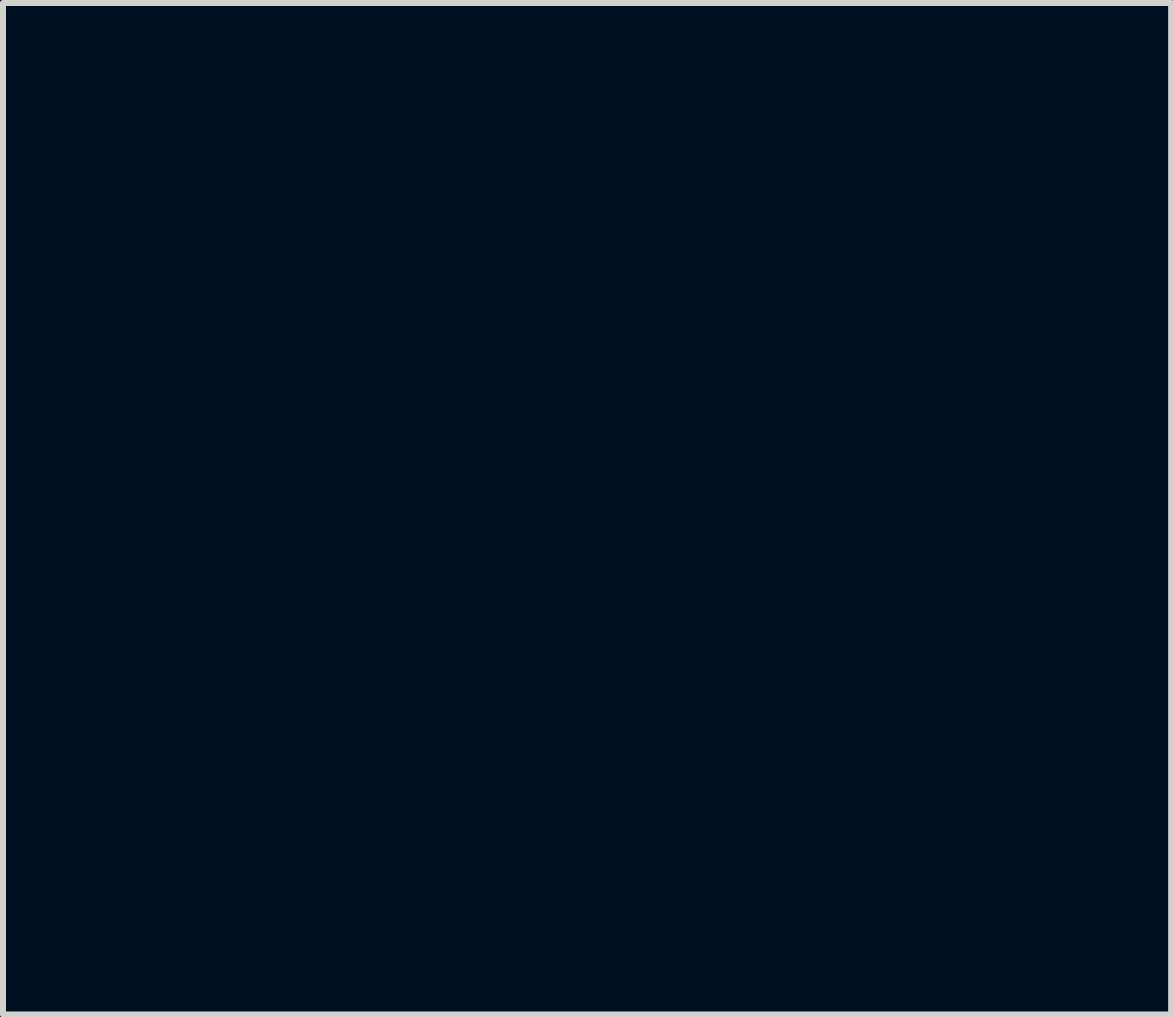
<source format=kicad_pcb>
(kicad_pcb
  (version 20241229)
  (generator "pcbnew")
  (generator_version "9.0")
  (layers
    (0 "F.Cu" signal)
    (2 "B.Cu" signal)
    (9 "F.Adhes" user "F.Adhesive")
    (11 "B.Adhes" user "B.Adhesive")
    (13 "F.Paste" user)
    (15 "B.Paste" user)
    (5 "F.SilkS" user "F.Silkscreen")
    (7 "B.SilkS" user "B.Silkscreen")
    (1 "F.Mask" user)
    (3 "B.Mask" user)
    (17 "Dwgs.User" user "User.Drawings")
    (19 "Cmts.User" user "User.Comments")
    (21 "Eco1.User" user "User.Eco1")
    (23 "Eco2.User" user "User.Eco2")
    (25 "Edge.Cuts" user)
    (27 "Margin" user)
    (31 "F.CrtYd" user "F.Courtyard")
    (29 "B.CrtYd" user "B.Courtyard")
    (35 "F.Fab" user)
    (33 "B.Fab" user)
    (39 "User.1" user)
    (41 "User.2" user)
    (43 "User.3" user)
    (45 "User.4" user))
  (footprint "tuda"
    (layer "F.Cu")
    (at 6.73 2.547)
    (property "Reference" "tuda" (at -0.8 6.9 0) (layer "F.Mask") (effects (font (size 1.524 1.524) (thickness 0.3))))
    (attr board_only exclude_from_pos_files exclude_from_bom)
    (fp_poly (pts (xy -3.599 -1.091) (xy -3.621 -1.062) (xy -3.645 -1.053) (xy -3.679 -1.06) (xy -3.679 -1.082) (xy -3.651 -1.114) (xy -3.615 -1.116)) (stroke (width 0) (type solid)) (fill yes) (layer "F.Mask"))
    (fp_poly (pts (xy -5.051 -1.366) (xy -5.046 -1.347) (xy -5.069 -1.309) (xy -5.089 -1.304) (xy -5.126 -1.327) (xy -5.131 -1.347) (xy -5.108 -1.384) (xy -5.089 -1.389)) (stroke (width 0) (type solid)) (fill yes) (layer "F.Mask"))
    (fp_poly (pts (xy -3.719 -0.941) (xy -3.714 -0.921) (xy -3.731 -0.882) (xy -3.77 -0.889) (xy -3.78 -0.898) (xy -3.798 -0.939) (xy -3.768 -0.963) (xy -3.756 -0.964)) (stroke (width 0) (type solid)) (fill yes) (layer "F.Mask"))
    (fp_poly (pts (xy -3.466 -1.255) (xy -3.46 -1.211) (xy -3.481 -1.18) (xy -3.522 -1.18) (xy -3.541 -1.189) (xy -3.563 -1.225) (xy -3.544 -1.261) (xy -3.499 -1.276)) (stroke (width 0) (type solid)) (fill yes) (layer "F.Mask"))
    (fp_poly (pts (xy 5.378 -0.514) (xy 5.386 -0.468) (xy 5.371 -0.411) (xy 5.344 -0.397) (xy 5.309 -0.422) (xy 5.301 -0.468) (xy 5.316 -0.525) (xy 5.344 -0.539)) (stroke (width 0) (type solid)) (fill yes) (layer "F.Mask"))
    (fp_poly (pts (xy 5.827 -0.522) (xy 5.84 -0.468) (xy 5.826 -0.412) (xy 5.783 -0.397) (xy 5.739 -0.413) (xy 5.726 -0.468) (xy 5.74 -0.523) (xy 5.783 -0.539)) (stroke (width 0) (type solid)) (fill yes) (layer "F.Mask"))
    (fp_poly (pts (xy -4.371 1.086) (xy -4.339 1.154) (xy -4.337 1.176) (xy -4.36 1.249) (xy -4.416 1.295) (xy -4.487 1.308) (xy -4.555 1.285) (xy -4.598 1.233) (xy -4.61 1.186) (xy -4.531 1.186) (xy -4.529 1.234) (xy -4.492 1.244) (xy -4.474 1.243) (xy -4.419 1.215) (xy -4.408 1.176) (xy -4.426 1.13) (xy -4.467 1.118) (xy -4.509 1.139) (xy -4.531 1.186) (xy -4.61 1.186) (xy -4.614 1.171) (xy -4.59 1.12) (xy -4.578 1.106) (xy -4.507 1.057) (xy -4.432 1.052)) (stroke (width 0) (type solid)) (fill yes) (layer "F.Mask"))
    (fp_poly (pts (xy 0.418 -0.479) (xy 0.432 -0.467) (xy 0.443 -0.435) (xy 0.449 -0.378) (xy 0.452 -0.287) (xy 0.453 -0.153) (xy 0.454 0) (xy 0.453 0.176) (xy 0.452 0.302) (xy 0.448 0.388) (xy 0.441 0.441) (xy 0.431 0.469) (xy 0.415 0.48) (xy 0.397 0.482) (xy 0.376 0.479) (xy 0.361 0.467) (xy 0.351 0.435) (xy 0.345 0.378) (xy 0.342 0.287) (xy 0.34 0.153) (xy 0.34 0) (xy 0.34 -0.176) (xy 0.342 -0.302) (xy 0.346 -0.388) (xy 0.352 -0.441) (xy 0.363 -0.469) (xy 0.379 -0.48) (xy 0.397 -0.482)) (stroke (width 0) (type solid)) (fill yes) (layer "F.Mask"))
    (fp_poly (pts (xy 2.997 -2.039) (xy 3.012 -2.026) (xy 3.022 -1.995) (xy 3.028 -1.937) (xy 3.032 -1.846) (xy 3.033 -1.713) (xy 3.033 -1.559) (xy 3.033 -1.384) (xy 3.031 -1.257) (xy 3.028 -1.171) (xy 3.021 -1.118) (xy 3.01 -1.09) (xy 2.995 -1.079) (xy 2.977 -1.077) (xy 2.956 -1.08) (xy 2.941 -1.093) (xy 2.931 -1.124) (xy 2.925 -1.181) (xy 2.921 -1.272) (xy 2.92 -1.406) (xy 2.92 -1.559) (xy 2.92 -1.735) (xy 2.922 -1.862) (xy 2.925 -1.947) (xy 2.932 -2.001) (xy 2.943 -2.028) (xy 2.959 -2.039) (xy 2.977 -2.041)) (stroke (width 0) (type solid)) (fill yes) (layer "F.Mask"))
    (fp_poly (pts (xy 4.188 -0.479) (xy 4.203 -0.467) (xy 4.213 -0.435) (xy 4.219 -0.378) (xy 4.222 -0.287) (xy 4.224 -0.153) (xy 4.224 0) (xy 4.224 0.176) (xy 4.222 0.302) (xy 4.218 0.388) (xy 4.212 0.441) (xy 4.201 0.469) (xy 4.185 0.48) (xy 4.167 0.482) (xy 4.147 0.479) (xy 4.132 0.467) (xy 4.122 0.435) (xy 4.115 0.378) (xy 4.112 0.287) (xy 4.111 0.153) (xy 4.11 0) (xy 4.111 -0.176) (xy 4.112 -0.302) (xy 4.116 -0.388) (xy 4.123 -0.441) (xy 4.133 -0.469) (xy 4.149 -0.48) (xy 4.167 -0.482)) (stroke (width 0) (type solid)) (fill yes) (layer "F.Mask"))
    (fp_poly (pts (xy 6.47 -2.035) (xy 6.598 -2.029) (xy 6.678 -2.021) (xy 6.719 -2.007) (xy 6.733 -1.987) (xy 6.733 -1.984) (xy 6.72 -1.961) (xy 6.675 -1.946) (xy 6.588 -1.937) (xy 6.527 -1.934) (xy 6.322 -1.925) (xy 6.322 -1.616) (xy 6.506 -1.616) (xy 6.609 -1.613) (xy 6.667 -1.603) (xy 6.689 -1.583) (xy 6.69 -1.573) (xy 6.678 -1.549) (xy 6.634 -1.536) (xy 6.548 -1.531) (xy 6.506 -1.531) (xy 6.322 -1.531) (xy 6.322 -1.193) (xy 6.527 -1.185) (xy 6.638 -1.178) (xy 6.703 -1.166) (xy 6.73 -1.147) (xy 6.733 -1.134) (xy 6.722 -1.113) (xy 6.683 -1.099) (xy 6.608 -1.09) (xy 6.486 -1.084) (xy 6.47 -1.083) (xy 6.208 -1.075) (xy 6.208 -2.043)) (stroke (width 0) (type solid)) (fill yes) (layer "F.Mask"))
    (fp_poly (pts (xy -1.399 1.093) (xy -1.229 1.142) (xy -1.103 1.224) (xy -1.02 1.34) (xy -0.993 1.415) (xy -0.972 1.583) (xy -1.005 1.732) (xy -1.091 1.862) (xy -1.103 1.875) (xy -1.212 1.96) (xy -1.342 2.013) (xy -1.506 2.038) (xy -1.609 2.041) (xy -1.786 2.041) (xy -1.786 1.184) (xy -1.673 1.184) (xy -1.673 1.956) (xy -1.566 1.955) (xy -1.465 1.944) (xy -1.361 1.918) (xy -1.352 1.915) (xy -1.228 1.855) (xy -1.147 1.773) (xy -1.101 1.668) (xy -1.087 1.528) (xy -1.122 1.392) (xy -1.203 1.278) (xy -1.206 1.275) (xy -1.259 1.236) (xy -1.325 1.212) (xy -1.423 1.199) (xy -1.475 1.195) (xy -1.673 1.184) (xy -1.786 1.184) (xy -1.786 1.077) (xy -1.614 1.077)) (stroke (width 0) (type solid)) (fill yes) (layer "F.Mask"))
    (fp_poly (pts (xy 3.929 1.081) (xy 3.985 1.086) (xy 4.014 1.097) (xy 4.024 1.116) (xy 4.025 1.133) (xy 4.018 1.168) (xy 3.987 1.185) (xy 3.919 1.19) (xy 3.884 1.191) (xy 3.742 1.191) (xy 3.742 1.616) (xy 3.742 1.779) (xy 3.74 1.894) (xy 3.735 1.97) (xy 3.727 2.014) (xy 3.714 2.034) (xy 3.695 2.041) (xy 3.685 2.041) (xy 3.663 2.038) (xy 3.648 2.024) (xy 3.638 1.991) (xy 3.632 1.929) (xy 3.629 1.831) (xy 3.629 1.687) (xy 3.629 1.617) (xy 3.629 1.194) (xy 3.494 1.185) (xy 3.405 1.173) (xy 3.364 1.151) (xy 3.359 1.134) (xy 3.369 1.115) (xy 3.402 1.102) (xy 3.469 1.093) (xy 3.577 1.087) (xy 3.692 1.083) (xy 3.834 1.081)) (stroke (width 0) (type solid)) (fill yes) (layer "F.Mask"))
    (fp_poly (pts (xy 6.65 1.081) (xy 6.707 1.086) (xy 6.736 1.097) (xy 6.746 1.116) (xy 6.747 1.133) (xy 6.74 1.168) (xy 6.709 1.185) (xy 6.64 1.19) (xy 6.605 1.191) (xy 6.463 1.191) (xy 6.463 1.616) (xy 6.463 1.779) (xy 6.461 1.894) (xy 6.457 1.97) (xy 6.448 2.014) (xy 6.435 2.034) (xy 6.416 2.041) (xy 6.407 2.041) (xy 6.385 2.038) (xy 6.37 2.024) (xy 6.359 1.991) (xy 6.354 1.929) (xy 6.351 1.831) (xy 6.35 1.687) (xy 6.35 1.617) (xy 6.35 1.194) (xy 6.215 1.185) (xy 6.126 1.173) (xy 6.086 1.151) (xy 6.081 1.134) (xy 6.09 1.115) (xy 6.124 1.102) (xy 6.19 1.093) (xy 6.298 1.087) (xy 6.414 1.083) (xy 6.555 1.081)) (stroke (width 0) (type solid)) (fill yes) (layer "F.Mask"))
    (fp_poly (pts (xy -1.417 -2.041) (xy -1.32 -2.038) (xy -1.262 -2.031) (xy -1.231 -2.02) (xy -1.22 -2.001) (xy -1.219 -1.984) (xy -1.226 -1.95) (xy -1.258 -1.933) (xy -1.328 -1.928) (xy -1.361 -1.928) (xy -1.502 -1.928) (xy -1.502 -1.502) (xy -1.503 -1.339) (xy -1.505 -1.224) (xy -1.509 -1.149) (xy -1.517 -1.105) (xy -1.53 -1.084) (xy -1.55 -1.078) (xy -1.559 -1.077) (xy -1.581 -1.08) (xy -1.596 -1.094) (xy -1.606 -1.128) (xy -1.612 -1.189) (xy -1.615 -1.288) (xy -1.616 -1.431) (xy -1.616 -1.501) (xy -1.616 -1.925) (xy -1.75 -1.933) (xy -1.839 -1.945) (xy -1.883 -1.968) (xy -1.894 -1.991) (xy -1.893 -2.012) (xy -1.876 -2.026) (xy -1.832 -2.035) (xy -1.754 -2.039) (xy -1.632 -2.041) (xy -1.561 -2.041)) (stroke (width 0) (type solid)) (fill yes) (layer "F.Mask"))
    (fp_poly (pts (xy -0.644 -2.04) (xy -0.569 -2.036) (xy -0.529 -2.025) (xy -0.513 -2.007) (xy -0.51 -1.984) (xy -0.516 -1.955) (xy -0.54 -1.938) (xy -0.595 -1.93) (xy -0.693 -1.928) (xy -0.709 -1.928) (xy -0.907 -1.928) (xy -0.907 -1.616) (xy -0.723 -1.616) (xy -0.62 -1.613) (xy -0.562 -1.603) (xy -0.54 -1.583) (xy -0.539 -1.573) (xy -0.551 -1.549) (xy -0.595 -1.536) (xy -0.681 -1.531) (xy -0.723 -1.531) (xy -0.907 -1.531) (xy -0.907 -1.191) (xy -0.709 -1.191) (xy -0.604 -1.189) (xy -0.545 -1.182) (xy -0.517 -1.166) (xy -0.51 -1.138) (xy -0.51 -1.134) (xy -0.515 -1.107) (xy -0.535 -1.09) (xy -0.581 -1.081) (xy -0.665 -1.078) (xy -0.765 -1.077) (xy -1.021 -1.077) (xy -1.021 -2.041) (xy -0.765 -2.041)) (stroke (width 0) (type solid)) (fill yes) (layer "F.Mask"))
    (fp_poly (pts (xy 5.399 1.084) (xy 5.572 1.104) (xy 5.701 1.141) (xy 5.8 1.201) (xy 5.881 1.29) (xy 5.892 1.306) (xy 5.93 1.372) (xy 5.947 1.44) (xy 5.95 1.532) (xy 5.947 1.58) (xy 5.921 1.74) (xy 5.86 1.862) (xy 5.762 1.949) (xy 5.621 2.005) (xy 5.434 2.033) (xy 5.396 2.036) (xy 5.159 2.048) (xy 5.159 1.964) (xy 5.273 1.964) (xy 5.431 1.945) (xy 5.537 1.927) (xy 5.632 1.9) (xy 5.672 1.884) (xy 5.762 1.808) (xy 5.818 1.702) (xy 5.84 1.579) (xy 5.828 1.453) (xy 5.782 1.34) (xy 5.702 1.253) (xy 5.671 1.234) (xy 5.594 1.209) (xy 5.49 1.193) (xy 5.43 1.191) (xy 5.273 1.191) (xy 5.273 1.964) (xy 5.159 1.964) (xy 5.159 1.069)) (stroke (width 0) (type solid)) (fill yes) (layer "F.Mask"))
    (fp_poly (pts (xy 4.888 -0.481) (xy 4.981 -0.478) (xy 5.037 -0.472) (xy 5.064 -0.459) (xy 5.074 -0.439) (xy 5.074 -0.425) (xy 5.066 -0.39) (xy 5.031 -0.373) (xy 4.956 -0.369) (xy 4.947 -0.369) (xy 4.819 -0.369) (xy 4.819 0.057) (xy 4.819 0.22) (xy 4.817 0.335) (xy 4.812 0.411) (xy 4.804 0.454) (xy 4.791 0.475) (xy 4.772 0.482) (xy 4.763 0.482) (xy 4.741 0.479) (xy 4.725 0.465) (xy 4.715 0.432) (xy 4.709 0.37) (xy 4.707 0.272) (xy 4.706 0.129) (xy 4.706 0.057) (xy 4.706 -0.369) (xy 4.564 -0.369) (xy 4.479 -0.372) (xy 4.437 -0.384) (xy 4.423 -0.412) (xy 4.422 -0.425) (xy 4.426 -0.45) (xy 4.443 -0.466) (xy 4.482 -0.475) (xy 4.554 -0.48) (xy 4.669 -0.482) (xy 4.748 -0.482)) (stroke (width 0) (type solid)) (fill yes) (layer "F.Mask"))
    (fp_poly (pts (xy 6.561 -0.481) (xy 6.654 -0.478) (xy 6.709 -0.472) (xy 6.737 -0.459) (xy 6.746 -0.439) (xy 6.747 -0.425) (xy 6.739 -0.391) (xy 6.708 -0.374) (xy 6.638 -0.369) (xy 6.605 -0.369) (xy 6.463 -0.369) (xy 6.463 0.057) (xy 6.463 0.22) (xy 6.461 0.335) (xy 6.457 0.411) (xy 6.448 0.454) (xy 6.435 0.475) (xy 6.416 0.482) (xy 6.407 0.482) (xy 6.385 0.479) (xy 6.37 0.465) (xy 6.36 0.432) (xy 6.354 0.37) (xy 6.351 0.272) (xy 6.35 0.129) (xy 6.35 0.057) (xy 6.35 -0.369) (xy 6.222 -0.369) (xy 6.143 -0.372) (xy 6.105 -0.388) (xy 6.095 -0.421) (xy 6.095 -0.425) (xy 6.098 -0.45) (xy 6.115 -0.466) (xy 6.155 -0.475) (xy 6.227 -0.48) (xy 6.341 -0.482) (xy 6.421 -0.482)) (stroke (width 0) (type solid)) (fill yes) (layer "F.Mask"))
    (fp_poly (pts (xy 4.716 -2.036) (xy 4.8 -2.018) (xy 4.856 -1.989) (xy 4.872 -1.95) (xy 4.864 -1.932) (xy 4.829 -1.914) (xy 4.791 -1.928) (xy 4.704 -1.951) (xy 4.592 -1.953) (xy 4.481 -1.935) (xy 4.42 -1.912) (xy 4.318 -1.831) (xy 4.253 -1.72) (xy 4.226 -1.592) (xy 4.236 -1.461) (xy 4.283 -1.34) (xy 4.367 -1.241) (xy 4.425 -1.204) (xy 4.504 -1.176) (xy 4.603 -1.17) (xy 4.737 -1.184) (xy 4.802 -1.195) (xy 4.854 -1.192) (xy 4.864 -1.167) (xy 4.836 -1.133) (xy 4.788 -1.109) (xy 4.669 -1.084) (xy 4.535 -1.082) (xy 4.416 -1.101) (xy 4.394 -1.109) (xy 4.263 -1.19) (xy 4.17 -1.31) (xy 4.119 -1.462) (xy 4.11 -1.568) (xy 4.134 -1.727) (xy 4.206 -1.861) (xy 4.33 -1.973) (xy 4.335 -1.977) (xy 4.414 -2.013) (xy 4.512 -2.035) (xy 4.616 -2.042)) (stroke (width 0) (type solid)) (fill yes) (layer "F.Mask"))
    (fp_poly (pts (xy 2.149 -0.477) (xy 2.191 -0.469) (xy 2.208 -0.453) (xy 2.211 -0.426) (xy 2.206 -0.396) (xy 2.183 -0.379) (xy 2.129 -0.371) (xy 2.032 -0.369) (xy 2.013 -0.369) (xy 1.814 -0.369) (xy 1.814 -0.057) (xy 1.999 -0.057) (xy 2.102 -0.054) (xy 2.159 -0.044) (xy 2.181 -0.024) (xy 2.183 -0.014) (xy 2.171 0.01) (xy 2.127 0.023) (xy 2.04 0.028) (xy 1.999 0.028) (xy 1.814 0.028) (xy 1.814 0.366) (xy 2.005 0.374) (xy 2.111 0.382) (xy 2.172 0.394) (xy 2.2 0.416) (xy 2.206 0.432) (xy 2.205 0.456) (xy 2.184 0.471) (xy 2.133 0.478) (xy 2.042 0.482) (xy 1.957 0.482) (xy 1.82 0.479) (xy 1.734 0.47) (xy 1.691 0.454) (xy 1.685 0.445) (xy 1.681 0.405) (xy 1.678 0.32) (xy 1.677 0.199) (xy 1.678 0.053) (xy 1.679 -0.03) (xy 1.687 -0.468) (xy 1.949 -0.476) (xy 2.072 -0.479)) (stroke (width 0) (type solid)) (fill yes) (layer "F.Mask"))
    (fp_poly (pts (xy -3.06 -0.167) (xy -3.021 -0.145) (xy -3.025 -0.109) (xy -3.043 -0.097) (xy -3.071 -0.061) (xy -3.07 -0.031) (xy -3.076 0.037) (xy -3.132 0.084) (xy -3.235 0.108) (xy -3.312 0.111) (xy -3.421 0.104) (xy -3.523 0.091) (xy -3.567 0.081) (xy -3.628 0.059) (xy -3.641 0.036) (xy -3.626 0.011) (xy -3.615 0.002) (xy -3.538 0.002) (xy -3.531 0.018) (xy -3.5 0.031) (xy -3.422 0.053) (xy -3.383 0.039) (xy -3.373 0) (xy -3.377 -0.014) (xy -3.317 -0.014) (xy -3.301 0.044) (xy -3.271 0.057) (xy -3.239 0.04) (xy -3.243 0.012) (xy -3.258 -0.042) (xy -3.26 -0.059) (xy -3.282 -0.084) (xy -3.288 -0.085) (xy -3.31 -0.061) (xy -3.317 -0.014) (xy -3.377 -0.014) (xy -3.387 -0.047) (xy -3.43 -0.052) (xy -3.495 -0.024) (xy -3.538 0.002) (xy -3.615 0.002) (xy -3.563 -0.041) (xy -3.468 -0.088) (xy -3.357 -0.128) (xy -3.243 -0.157) (xy -3.139 -0.171)) (stroke (width 0) (type solid)) (fill yes) (layer "F.Mask"))
    (fp_poly (pts (xy 0.288 -2.037) (xy 0.379 -2.024) (xy 0.442 -1.997) (xy 0.467 -1.959) (xy 0.464 -1.941) (xy 0.43 -1.911) (xy 0.4 -1.917) (xy 0.346 -1.931) (xy 0.26 -1.944) (xy 0.213 -1.948) (xy 0.067 -1.939) (xy -0.045 -1.884) (xy -0.127 -1.783) (xy -0.156 -1.719) (xy -0.19 -1.569) (xy -0.169 -1.434) (xy -0.094 -1.306) (xy -0.071 -1.28) (xy -0.009 -1.218) (xy 0.047 -1.188) (xy 0.122 -1.177) (xy 0.175 -1.176) (xy 0.274 -1.181) (xy 0.359 -1.192) (xy 0.39 -1.2) (xy 0.44 -1.206) (xy 0.455 -1.183) (xy 0.435 -1.147) (xy 0.382 -1.11) (xy 0.381 -1.11) (xy 0.304 -1.09) (xy 0.198 -1.081) (xy 0.089 -1.082) (xy 0.006 -1.096) (xy 0 -1.098) (xy -0.124 -1.172) (xy -0.224 -1.287) (xy -0.29 -1.425) (xy -0.311 -1.559) (xy -0.288 -1.694) (xy -0.227 -1.827) (xy -0.14 -1.934) (xy -0.111 -1.958) (xy -0.03 -1.999) (xy 0.072 -2.025) (xy 0.182 -2.038)) (stroke (width 0) (type solid)) (fill yes) (layer "F.Mask"))
    (fp_poly (pts (xy -0.356 1.102) (xy -0.308 1.169) (xy -0.252 1.289) (xy -0.181 1.461) (xy -0.144 1.554) (xy -0.077 1.725) (xy -0.03 1.85) (xy -0.001 1.938) (xy 0.011 1.995) (xy 0.01 2.027) (xy -0.001 2.042) (xy -0.034 2.055) (xy -0.062 2.042) (xy -0.091 1.994) (xy -0.13 1.901) (xy -0.136 1.885) (xy -0.192 1.743) (xy -0.601 1.743) (xy -0.654 1.883) (xy -0.695 1.984) (xy -0.728 2.038) (xy -0.758 2.055) (xy -0.792 2.042) (xy -0.803 2.024) (xy -0.801 1.987) (xy -0.784 1.924) (xy -0.751 1.827) (xy -0.698 1.691) (xy -0.678 1.644) (xy -0.562 1.644) (xy -0.229 1.644) (xy -0.304 1.431) (xy -0.341 1.335) (xy -0.373 1.267) (xy -0.395 1.239) (xy -0.398 1.24) (xy -0.417 1.276) (xy -0.449 1.349) (xy -0.487 1.445) (xy -0.49 1.453) (xy -0.562 1.644) (xy -0.678 1.644) (xy -0.639 1.546) (xy -0.559 1.353) (xy -0.496 1.212) (xy -0.445 1.123) (xy -0.4 1.086)) (stroke (width 0) (type solid)) (fill yes) (layer "F.Mask"))
    (fp_poly (pts (xy 0.765 -0.464) (xy 0.782 -0.429) (xy 0.814 -0.352) (xy 0.857 -0.242) (xy 0.907 -0.11) (xy 0.924 -0.064) (xy 0.974 0.071) (xy 1.018 0.184) (xy 1.053 0.267) (xy 1.073 0.308) (xy 1.076 0.312) (xy 1.091 0.287) (xy 1.12 0.217) (xy 1.161 0.114) (xy 1.209 -0.015) (xy 1.23 -0.071) (xy 1.281 -0.21) (xy 1.328 -0.328) (xy 1.365 -0.417) (xy 1.39 -0.465) (xy 1.395 -0.472) (xy 1.436 -0.47) (xy 1.453 -0.457) (xy 1.459 -0.428) (xy 1.446 -0.363) (xy 1.413 -0.259) (xy 1.359 -0.112) (xy 1.304 0.028) (xy 1.235 0.2) (xy 1.181 0.325) (xy 1.14 0.409) (xy 1.108 0.458) (xy 1.082 0.48) (xy 1.072 0.482) (xy 1.018 0.459) (xy 1 0.432) (xy 0.983 0.39) (xy 0.95 0.304) (xy 0.904 0.188) (xy 0.85 0.049) (xy 0.82 -0.028) (xy 0.758 -0.188) (xy 0.717 -0.302) (xy 0.693 -0.38) (xy 0.685 -0.428) (xy 0.691 -0.455) (xy 0.701 -0.464) (xy 0.748 -0.472)) (stroke (width 0) (type solid)) (fill yes) (layer "F.Mask"))
    (fp_poly (pts (xy 3.673 -0.472) (xy 3.755 -0.448) (xy 3.803 -0.412) (xy 3.808 -0.38) (xy 3.781 -0.356) (xy 3.741 -0.369) (xy 3.654 -0.394) (xy 3.556 -0.392) (xy 3.474 -0.365) (xy 3.449 -0.345) (xy 3.403 -0.27) (xy 3.409 -0.198) (xy 3.468 -0.127) (xy 3.58 -0.053) (xy 3.62 -0.032) (xy 3.742 0.049) (xy 3.81 0.145) (xy 3.827 0.234) (xy 3.801 0.347) (xy 3.729 0.434) (xy 3.633 0.481) (xy 3.56 0.501) (xy 3.518 0.506) (xy 3.486 0.501) (xy 3.473 0.496) (xy 3.426 0.484) (xy 3.366 0.47) (xy 3.31 0.444) (xy 3.288 0.411) (xy 3.299 0.377) (xy 3.336 0.372) (xy 3.412 0.395) (xy 3.419 0.398) (xy 3.52 0.415) (xy 3.613 0.396) (xy 3.679 0.345) (xy 3.691 0.325) (xy 3.712 0.238) (xy 3.687 0.162) (xy 3.613 0.09) (xy 3.521 0.034) (xy 3.389 -0.054) (xy 3.312 -0.147) (xy 3.289 -0.242) (xy 3.323 -0.339) (xy 3.371 -0.399) (xy 3.449 -0.459) (xy 3.537 -0.481) (xy 3.568 -0.482)) (stroke (width 0) (type solid)) (fill yes) (layer "F.Mask"))
    (fp_poly (pts (xy 3.742 -2.032) (xy 3.826 -2.007) (xy 3.855 -1.967) (xy 3.855 -1.965) (xy 3.843 -1.938) (xy 3.797 -1.938) (xy 3.763 -1.945) (xy 3.625 -1.963) (xy 3.528 -1.944) (xy 3.472 -1.888) (xy 3.458 -1.815) (xy 3.471 -1.749) (xy 3.516 -1.691) (xy 3.6 -1.632) (xy 3.678 -1.59) (xy 3.797 -1.512) (xy 3.862 -1.423) (xy 3.876 -1.318) (xy 3.872 -1.291) (xy 3.826 -1.183) (xy 3.739 -1.111) (xy 3.616 -1.08) (xy 3.575 -1.079) (xy 3.48 -1.086) (xy 3.398 -1.101) (xy 3.379 -1.107) (xy 3.33 -1.136) (xy 3.331 -1.158) (xy 3.379 -1.171) (xy 3.466 -1.173) (xy 3.512 -1.17) (xy 3.607 -1.163) (xy 3.663 -1.169) (xy 3.699 -1.191) (xy 3.73 -1.233) (xy 3.763 -1.293) (xy 3.761 -1.34) (xy 3.739 -1.385) (xy 3.691 -1.441) (xy 3.612 -1.503) (xy 3.558 -1.536) (xy 3.447 -1.604) (xy 3.381 -1.668) (xy 3.351 -1.741) (xy 3.345 -1.807) (xy 3.37 -1.915) (xy 3.439 -1.994) (xy 3.544 -2.036) (xy 3.606 -2.041)) (stroke (width 0) (type solid)) (fill yes) (layer "F.Mask"))
    (fp_poly (pts (xy 1.871 -2.034) (xy 1.93 -1.976) (xy 2.011 -1.869) (xy 2.118 -1.713) (xy 2.168 -1.637) (xy 2.438 -1.233) (xy 2.438 -1.637) (xy 2.438 -1.796) (xy 2.44 -1.906) (xy 2.445 -1.978) (xy 2.454 -2.018) (xy 2.468 -2.036) (xy 2.489 -2.041) (xy 2.495 -2.041) (xy 2.516 -2.039) (xy 2.531 -2.027) (xy 2.541 -1.997) (xy 2.546 -1.941) (xy 2.548 -1.852) (xy 2.547 -1.721) (xy 2.545 -1.566) (xy 2.542 -1.392) (xy 2.538 -1.266) (xy 2.533 -1.181) (xy 2.525 -1.128) (xy 2.513 -1.1) (xy 2.496 -1.087) (xy 2.478 -1.083) (xy 2.45 -1.088) (xy 2.415 -1.115) (xy 2.367 -1.17) (xy 2.302 -1.257) (xy 2.215 -1.384) (xy 2.152 -1.477) (xy 1.885 -1.88) (xy 1.877 -1.479) (xy 1.873 -1.317) (xy 1.868 -1.203) (xy 1.86 -1.131) (xy 1.848 -1.092) (xy 1.832 -1.078) (xy 1.828 -1.077) (xy 1.812 -1.085) (xy 1.801 -1.113) (xy 1.793 -1.17) (xy 1.789 -1.261) (xy 1.786 -1.395) (xy 1.786 -1.559) (xy 1.787 -1.759) (xy 1.792 -1.905) (xy 1.806 -2) (xy 1.831 -2.042)) (stroke (width 0) (type solid)) (fill yes) (layer "F.Mask"))
    (fp_poly (pts (xy 4.515 1.083) (xy 4.547 1.111) (xy 4.592 1.181) (xy 4.645 1.284) (xy 4.702 1.408) (xy 4.76 1.543) (xy 4.813 1.68) (xy 4.859 1.809) (xy 4.892 1.918) (xy 4.91 1.998) (xy 4.906 2.039) (xy 4.904 2.041) (xy 4.87 2.055) (xy 4.843 2.042) (xy 4.813 1.994) (xy 4.775 1.903) (xy 4.768 1.885) (xy 4.712 1.743) (xy 4.302 1.743) (xy 4.247 1.885) (xy 4.206 1.984) (xy 4.176 2.038) (xy 4.149 2.055) (xy 4.117 2.045) (xy 4.112 2.042) (xy 4.101 2.024) (xy 4.103 1.987) (xy 4.12 1.924) (xy 4.154 1.827) (xy 4.207 1.691) (xy 4.226 1.644) (xy 4.338 1.644) (xy 4.677 1.644) (xy 4.611 1.467) (xy 4.574 1.37) (xy 4.545 1.29) (xy 4.529 1.247) (xy 4.522 1.229) (xy 4.514 1.226) (xy 4.501 1.245) (xy 4.478 1.294) (xy 4.442 1.382) (xy 4.397 1.495) (xy 4.338 1.644) (xy 4.226 1.644) (xy 4.266 1.546) (xy 4.336 1.375) (xy 4.39 1.251) (xy 4.431 1.166) (xy 4.463 1.114) (xy 4.488 1.089) (xy 4.511 1.082)) (stroke (width 0) (type solid)) (fill yes) (layer "F.Mask"))
    (fp_poly (pts (xy 5.245 -2.036) (xy 5.262 -2.013) (xy 5.27 -1.961) (xy 5.273 -1.867) (xy 5.273 -1.827) (xy 5.273 -1.614) (xy 5.769 -1.63) (xy 5.777 -1.837) (xy 5.783 -1.945) (xy 5.793 -2.007) (xy 5.809 -2.033) (xy 5.834 -2.035) (xy 5.852 -2.027) (xy 5.865 -2.003) (xy 5.875 -1.955) (xy 5.881 -1.877) (xy 5.886 -1.76) (xy 5.889 -1.596) (xy 5.89 -1.552) (xy 5.893 -1.378) (xy 5.893 -1.253) (xy 5.891 -1.168) (xy 5.885 -1.116) (xy 5.875 -1.089) (xy 5.859 -1.079) (xy 5.84 -1.077) (xy 5.812 -1.082) (xy 5.795 -1.103) (xy 5.786 -1.153) (xy 5.783 -1.242) (xy 5.783 -1.304) (xy 5.783 -1.531) (xy 5.273 -1.531) (xy 5.273 -1.304) (xy 5.272 -1.191) (xy 5.266 -1.123) (xy 5.254 -1.089) (xy 5.231 -1.078) (xy 5.216 -1.077) (xy 5.195 -1.08) (xy 5.18 -1.093) (xy 5.17 -1.124) (xy 5.164 -1.181) (xy 5.161 -1.272) (xy 5.16 -1.406) (xy 5.159 -1.559) (xy 5.16 -1.735) (xy 5.161 -1.862) (xy 5.165 -1.947) (xy 5.172 -2.001) (xy 5.182 -2.028) (xy 5.198 -2.039) (xy 5.216 -2.041)) (stroke (width 0) (type solid)) (fill yes) (layer "F.Mask"))
    (fp_poly (pts (xy 1.41 -2.039) (xy 1.425 -2.026) (xy 1.435 -1.995) (xy 1.441 -1.937) (xy 1.444 -1.846) (xy 1.446 -1.713) (xy 1.446 -1.559) (xy 1.445 -1.384) (xy 1.444 -1.257) (xy 1.44 -1.171) (xy 1.434 -1.118) (xy 1.423 -1.09) (xy 1.407 -1.079) (xy 1.389 -1.077) (xy 1.361 -1.082) (xy 1.344 -1.104) (xy 1.335 -1.154) (xy 1.333 -1.244) (xy 1.332 -1.304) (xy 1.332 -1.531) (xy 0.822 -1.531) (xy 0.822 -1.304) (xy 0.821 -1.191) (xy 0.815 -1.123) (xy 0.803 -1.089) (xy 0.78 -1.078) (xy 0.765 -1.077) (xy 0.745 -1.08) (xy 0.73 -1.093) (xy 0.72 -1.124) (xy 0.713 -1.181) (xy 0.71 -1.272) (xy 0.709 -1.406) (xy 0.709 -1.559) (xy 0.709 -1.735) (xy 0.711 -1.862) (xy 0.714 -1.947) (xy 0.721 -2.001) (xy 0.732 -2.028) (xy 0.747 -2.039) (xy 0.765 -2.041) (xy 0.794 -2.036) (xy 0.811 -2.013) (xy 0.82 -1.961) (xy 0.822 -1.867) (xy 0.822 -1.828) (xy 0.822 -1.616) (xy 1.332 -1.616) (xy 1.332 -1.828) (xy 1.334 -1.937) (xy 1.34 -2.001) (xy 1.354 -2.032) (xy 1.379 -2.041) (xy 1.389 -2.041)) (stroke (width 0) (type solid)) (fill yes) (layer "F.Mask"))
    (fp_poly (pts (xy 2.965 1.083) (xy 3.085 1.102) (xy 3.153 1.132) (xy 3.169 1.172) (xy 3.162 1.188) (xy 3.126 1.204) (xy 3.09 1.191) (xy 3.025 1.171) (xy 2.941 1.162) (xy 2.937 1.162) (xy 2.853 1.175) (xy 2.797 1.222) (xy 2.789 1.234) (xy 2.76 1.319) (xy 2.788 1.399) (xy 2.871 1.473) (xy 2.926 1.505) (xy 3.065 1.587) (xy 3.15 1.668) (xy 3.186 1.755) (xy 3.175 1.853) (xy 3.164 1.883) (xy 3.128 1.952) (xy 3.093 1.996) (xy 3.09 1.999) (xy 3.003 2.031) (xy 2.893 2.047) (xy 2.79 2.04) (xy 2.79 2.04) (xy 2.692 2.012) (xy 2.65 1.98) (xy 2.66 1.95) (xy 2.712 1.937) (xy 2.789 1.955) (xy 2.874 1.974) (xy 2.944 1.961) (xy 2.969 1.95) (xy 3.021 1.916) (xy 3.044 1.865) (xy 3.047 1.8) (xy 3.043 1.731) (xy 3.022 1.686) (xy 2.971 1.647) (xy 2.915 1.616) (xy 2.795 1.545) (xy 2.72 1.484) (xy 2.679 1.421) (xy 2.665 1.347) (xy 2.665 1.327) (xy 2.682 1.224) (xy 2.738 1.143) (xy 2.788 1.101) (xy 2.84 1.082) (xy 2.916 1.08)) (stroke (width 0) (type solid)) (fill yes) (layer "F.Mask"))
    (fp_poly (pts (xy 5.602 -0.453) (xy 5.65 -0.381) (xy 5.708 -0.256) (xy 5.781 -0.08) (xy 5.802 -0.028) (xy 5.861 0.12) (xy 5.912 0.251) (xy 5.951 0.355) (xy 5.975 0.422) (xy 5.98 0.443) (xy 5.959 0.48) (xy 5.937 0.493) (xy 5.899 0.486) (xy 5.862 0.432) (xy 5.849 0.404) (xy 5.813 0.317) (xy 5.784 0.242) (xy 5.78 0.233) (xy 5.763 0.199) (xy 5.734 0.18) (xy 5.681 0.173) (xy 5.588 0.175) (xy 5.552 0.176) (xy 5.35 0.184) (xy 5.293 0.333) (xy 5.25 0.428) (xy 5.209 0.475) (xy 5.184 0.482) (xy 5.14 0.469) (xy 5.131 0.454) (xy 5.141 0.42) (xy 5.17 0.342) (xy 5.214 0.231) (xy 5.269 0.094) (xy 5.273 0.085) (xy 5.387 0.085) (xy 5.725 0.085) (xy 5.652 -0.12) (xy 5.615 -0.22) (xy 5.586 -0.296) (xy 5.569 -0.335) (xy 5.568 -0.337) (xy 5.552 -0.323) (xy 5.532 -0.28) (xy 5.506 -0.216) (xy 5.47 -0.123) (xy 5.446 -0.064) (xy 5.387 0.085) (xy 5.273 0.085) (xy 5.32 -0.029) (xy 5.399 -0.219) (xy 5.462 -0.356) (xy 5.513 -0.44) (xy 5.558 -0.473)) (stroke (width 0) (type solid)) (fill yes) (layer "F.Mask"))
    (fp_poly (pts (xy -1.712 -0.478) (xy -1.696 -0.462) (xy -1.685 -0.424) (xy -1.678 -0.356) (xy -1.673 -0.249) (xy -1.668 -0.097) (xy -1.664 0.059) (xy -1.658 0.168) (xy -1.65 0.24) (xy -1.638 0.287) (xy -1.619 0.317) (xy -1.592 0.342) (xy -1.591 0.343) (xy -1.496 0.386) (xy -1.4 0.397) (xy -1.32 0.392) (xy -1.262 0.374) (xy -1.221 0.333) (xy -1.194 0.263) (xy -1.177 0.155) (xy -1.166 0.002) (xy -1.162 -0.093) (xy -1.156 -0.246) (xy -1.148 -0.353) (xy -1.139 -0.42) (xy -1.126 -0.457) (xy -1.108 -0.474) (xy -1.098 -0.477) (xy -1.078 -0.476) (xy -1.064 -0.459) (xy -1.056 -0.417) (xy -1.051 -0.342) (xy -1.049 -0.224) (xy -1.049 -0.117) (xy -1.052 0.055) (xy -1.06 0.193) (xy -1.072 0.29) (xy -1.083 0.327) (xy -1.152 0.413) (xy -1.267 0.464) (xy -1.427 0.482) (xy -1.43 0.482) (xy -1.531 0.477) (xy -1.601 0.456) (xy -1.665 0.411) (xy -1.679 0.399) (xy -1.772 0.317) (xy -1.781 -0.083) (xy -1.784 -0.24) (xy -1.785 -0.35) (xy -1.782 -0.42) (xy -1.774 -0.46) (xy -1.76 -0.477) (xy -1.74 -0.482) (xy -1.734 -0.482)) (stroke (width 0) (type solid)) (fill yes) (layer "F.Mask"))
    (fp_poly (pts (xy 2.779 -0.469) (xy 2.902 -0.428) (xy 2.98 -0.353) (xy 3.003 -0.303) (xy 3.017 -0.199) (xy 2.996 -0.1) (xy 2.946 -0.022) (xy 2.884 0.015) (xy 2.816 0.032) (xy 2.889 0.111) (xy 2.96 0.194) (xy 3.028 0.283) (xy 3.084 0.365) (xy 3.12 0.429) (xy 3.128 0.463) (xy 3.127 0.464) (xy 3.092 0.481) (xy 3.048 0.463) (xy 2.99 0.407) (xy 2.91 0.308) (xy 2.892 0.283) (xy 2.817 0.186) (xy 2.764 0.127) (xy 2.72 0.097) (xy 2.674 0.086) (xy 2.648 0.085) (xy 2.551 0.085) (xy 2.551 0.283) (xy 2.55 0.388) (xy 2.543 0.447) (xy 2.527 0.475) (xy 2.499 0.482) (xy 2.494 0.482) (xy 2.473 0.48) (xy 2.458 0.468) (xy 2.448 0.438) (xy 2.443 0.382) (xy 2.441 0.293) (xy 2.442 0.161) (xy 2.444 0.007) (xy 2.445 -0.028) (xy 2.551 -0.028) (xy 2.691 -0.028) (xy 2.785 -0.034) (xy 2.841 -0.055) (xy 2.876 -0.091) (xy 2.918 -0.187) (xy 2.909 -0.268) (xy 2.853 -0.33) (xy 2.754 -0.364) (xy 2.689 -0.369) (xy 2.551 -0.369) (xy 2.551 -0.028) (xy 2.445 -0.028) (xy 2.452 -0.468) (xy 2.613 -0.476)) (stroke (width 0) (type solid)) (fill yes) (layer "F.Mask"))
    (fp_poly (pts (xy -0.007 -0.48) (xy 0.008 -0.468) (xy 0.018 -0.438) (xy 0.023 -0.382) (xy 0.025 -0.293) (xy 0.024 -0.161) (xy 0.022 -0.007) (xy 0.019 0.167) (xy 0.015 0.293) (xy 0.01 0.378) (xy 0.002 0.431) (xy -0.01 0.46) (xy -0.027 0.472) (xy -0.045 0.476) (xy -0.073 0.471) (xy -0.108 0.444) (xy -0.156 0.39) (xy -0.221 0.302) (xy -0.308 0.175) (xy -0.371 0.082) (xy -0.638 -0.321) (xy -0.646 0.08) (xy -0.65 0.242) (xy -0.655 0.355) (xy -0.663 0.427) (xy -0.674 0.466) (xy -0.69 0.481) (xy -0.696 0.482) (xy -0.743 0.461) (xy -0.753 0.445) (xy -0.757 0.405) (xy -0.76 0.32) (xy -0.761 0.199) (xy -0.76 0.053) (xy -0.759 -0.03) (xy -0.756 -0.196) (xy -0.752 -0.314) (xy -0.746 -0.392) (xy -0.737 -0.439) (xy -0.724 -0.464) (xy -0.705 -0.474) (xy -0.689 -0.477) (xy -0.661 -0.473) (xy -0.628 -0.451) (xy -0.584 -0.403) (xy -0.524 -0.325) (xy -0.443 -0.21) (xy -0.356 -0.08) (xy -0.085 0.326) (xy -0.085 -0.078) (xy -0.085 -0.237) (xy -0.083 -0.347) (xy -0.078 -0.418) (xy -0.069 -0.459) (xy -0.055 -0.477) (xy -0.034 -0.482) (xy -0.028 -0.482)) (stroke (width 0) (type solid)) (fill yes) (layer "F.Mask"))
    (fp_poly (pts (xy 0.497 1.083) (xy 0.651 1.103) (xy 0.756 1.141) (xy 0.819 1.203) (xy 0.848 1.294) (xy 0.85 1.347) (xy 0.832 1.446) (xy 0.785 1.528) (xy 0.72 1.579) (xy 0.68 1.587) (xy 0.658 1.594) (xy 0.683 1.622) (xy 0.685 1.623) (xy 0.722 1.662) (xy 0.782 1.733) (xy 0.851 1.821) (xy 0.861 1.834) (xy 0.926 1.923) (xy 0.961 1.978) (xy 0.969 2.011) (xy 0.954 2.031) (xy 0.94 2.039) (xy 0.905 2.048) (xy 0.869 2.029) (xy 0.822 1.973) (xy 0.793 1.934) (xy 0.696 1.802) (xy 0.619 1.715) (xy 0.553 1.664) (xy 0.493 1.645) (xy 0.477 1.644) (xy 0.397 1.644) (xy 0.397 1.843) (xy 0.395 1.947) (xy 0.388 2.007) (xy 0.373 2.034) (xy 0.345 2.041) (xy 0.34 2.041) (xy 0.32 2.039) (xy 0.305 2.026) (xy 0.295 1.995) (xy 0.288 1.938) (xy 0.285 1.847) (xy 0.284 1.714) (xy 0.283 1.555) (xy 0.283 1.188) (xy 0.397 1.188) (xy 0.397 1.373) (xy 0.4 1.48) (xy 0.415 1.539) (xy 0.455 1.559) (xy 0.53 1.549) (xy 0.604 1.529) (xy 0.699 1.481) (xy 0.747 1.407) (xy 0.744 1.315) (xy 0.73 1.28) (xy 0.701 1.235) (xy 0.657 1.21) (xy 0.58 1.199) (xy 0.545 1.196) (xy 0.397 1.188) (xy 0.283 1.188) (xy 0.283 1.07)) (stroke (width 0) (type solid)) (fill yes) (layer "F.Mask"))
    (fp_poly (pts (xy 2.109 1.083) (xy 2.133 1.093) (xy 2.157 1.12) (xy 2.182 1.173) (xy 2.213 1.258) (xy 2.252 1.384) (xy 2.299 1.545) (xy 2.342 1.697) (xy 2.375 1.831) (xy 2.399 1.936) (xy 2.409 2.004) (xy 2.408 2.024) (xy 2.376 2.042) (xy 2.344 2.021) (xy 2.309 1.958) (xy 2.27 1.848) (xy 2.225 1.687) (xy 2.215 1.648) (xy 2.179 1.512) (xy 2.148 1.398) (xy 2.125 1.317) (xy 2.112 1.278) (xy 2.11 1.276) (xy 2.106 1.28) (xy 2.098 1.298) (xy 2.084 1.336) (xy 2.063 1.403) (xy 2.031 1.505) (xy 1.987 1.651) (xy 1.957 1.751) (xy 1.916 1.881) (xy 1.885 1.966) (xy 1.859 2.014) (xy 1.833 2.036) (xy 1.806 2.041) (xy 1.78 2.036) (xy 1.756 2.015) (xy 1.732 1.971) (xy 1.704 1.894) (xy 1.667 1.777) (xy 1.631 1.658) (xy 1.59 1.522) (xy 1.552 1.413) (xy 1.522 1.339) (xy 1.503 1.309) (xy 1.499 1.311) (xy 1.485 1.351) (xy 1.46 1.434) (xy 1.427 1.548) (xy 1.391 1.682) (xy 1.387 1.694) (xy 1.347 1.841) (xy 1.315 1.942) (xy 1.289 2.003) (xy 1.266 2.034) (xy 1.243 2.041) (xy 1.199 2.027) (xy 1.191 2.011) (xy 1.198 1.975) (xy 1.219 1.894) (xy 1.25 1.778) (xy 1.289 1.636) (xy 1.334 1.477) (xy 1.381 1.311) (xy 1.429 1.148) (xy 1.436 1.125) (xy 1.472 1.085) (xy 1.511 1.083) (xy 1.537 1.093) (xy 1.561 1.122) (xy 1.588 1.178) (xy 1.62 1.268) (xy 1.661 1.401) (xy 1.684 1.482) (xy 1.726 1.619) (xy 1.763 1.729) (xy 1.793 1.805) (xy 1.813 1.837) (xy 1.817 1.836) (xy 1.832 1.797) (xy 1.859 1.714) (xy 1.895 1.6) (xy 1.935 1.465) (xy 1.943 1.437) (xy 1.987 1.29) (xy 2.02 1.189) (xy 2.046 1.126) (xy 2.069 1.093) (xy 2.093 1.082)) (stroke (width 0) (type solid)) (fill yes) (layer "F.Mask"))
    (fp_poly (pts (xy -3.953 -2.537) (xy -3.715 -2.509) (xy -3.582 -2.483) (xy -3.463 -2.454) (xy -3.382 -2.427) (xy -3.338 -2.395) (xy -3.329 -2.347) (xy -3.353 -2.276) (xy -3.409 -2.172) (xy -3.492 -2.034) (xy -3.693 -1.701) (xy -3.821 -1.701) (xy -3.902 -1.698) (xy -3.929 -1.688) (xy -3.901 -1.67) (xy -3.819 -1.643) (xy -3.766 -1.629) (xy -3.615 -1.589) (xy -3.458 -1.744) (xy -3.379 -1.818) (xy -3.314 -1.873) (xy -3.273 -1.898) (xy -3.268 -1.899) (xy -3.245 -1.874) (xy -3.21 -1.807) (xy -3.168 -1.71) (xy -3.124 -1.595) (xy -3.082 -1.475) (xy -3.047 -1.363) (xy -3.023 -1.27) (xy -3.014 -1.21) (xy -3.016 -1.195) (xy -3.013 -1.16) (xy -2.992 -1.077) (xy -2.955 -0.953) (xy -2.904 -0.792) (xy -2.841 -0.601) (xy -2.767 -0.385) (xy -2.686 -0.15) (xy -2.598 0.098) (xy -2.594 0.108) (xy -2.54 0.262) (xy -2.504 0.374) (xy -2.484 0.451) (xy -2.479 0.504) (xy -2.486 0.543) (xy -2.49 0.554) (xy -2.533 0.607) (xy -2.577 0.624) (xy -2.642 0.643) (xy -2.676 0.667) (xy -2.704 0.711) (xy -2.693 0.767) (xy -2.687 0.783) (xy -2.668 0.856) (xy -2.685 0.904) (xy -2.703 0.968) (xy -2.701 1.031) (xy -2.699 1.092) (xy -2.731 1.12) (xy -2.746 1.125) (xy -2.796 1.146) (xy -2.8 1.18) (xy -2.765 1.235) (xy -2.727 1.328) (xy -2.734 1.431) (xy -2.763 1.492) (xy -2.83 1.551) (xy -2.939 1.607) (xy -3.076 1.653) (xy -3.224 1.683) (xy -3.251 1.686) (xy -3.427 1.706) (xy -3.46 1.862) (xy -3.473 1.952) (xy -3.475 2.018) (xy -3.468 2.041) (xy -3.431 2.059) (xy -3.355 2.089) (xy -3.257 2.123) (xy -3.246 2.126) (xy -3.113 2.172) (xy -3.029 2.21) (xy -2.986 2.244) (xy -2.977 2.269) (xy -3.002 2.294) (xy -3.071 2.328) (xy -3.173 2.368) (xy -3.295 2.41) (xy -3.428 2.45) (xy -3.558 2.484) (xy -3.672 2.508) (xy -3.88 2.534) (xy -4.109 2.546) (xy -4.34 2.544) (xy -4.551 2.528) (xy -4.677 2.508) (xy -4.961 2.434) (xy -5.206 2.335) (xy -5.227 2.323) (xy -5.046 2.323) (xy -5.02 2.348) (xy -4.949 2.378) (xy -4.845 2.408) (xy -4.72 2.437) (xy -4.585 2.463) (xy -4.452 2.481) (xy -4.333 2.49) (xy -4.309 2.49) (xy -4.181 2.491) (xy -4.295 2.449) (xy -4.49 2.382) (xy -4.665 2.332) (xy -4.815 2.299) (xy -4.932 2.285) (xy -5.011 2.29) (xy -5.045 2.316) (xy -5.046 2.323) (xy -5.227 2.323) (xy -5.408 2.215) (xy -5.564 2.077) (xy -5.67 1.921) (xy -5.683 1.891) (xy -5.715 1.763) (xy -5.713 1.751) (xy -5.641 1.751) (xy -5.621 1.887) (xy -5.555 2.008) (xy -5.441 2.121) (xy -5.349 2.186) (xy -5.264 2.24) (xy -5.2 2.279) (xy -5.169 2.296) (xy -5.168 2.296) (xy -5.138 2.285) (xy -5.077 2.255) (xy -5.046 2.239) (xy -4.957 2.178) (xy -4.859 2.178) (xy -4.844 2.202) (xy -4.781 2.231) (xy -4.699 2.258) (xy -4.588 2.291) (xy -4.449 2.336) (xy -4.307 2.384) (xy -4.266 2.399) (xy -4.128 2.446) (xy -4.028 2.475) (xy -3.952 2.486) (xy -3.887 2.483) (xy -3.828 2.469) (xy -3.812 2.459) (xy -3.83 2.442) (xy -3.885 2.418) (xy -3.983 2.384) (xy -4.129 2.337) (xy -4.203 2.315) (xy -4.41 2.253) (xy -4.569 2.208) (xy -4.686 2.178) (xy -4.768 2.163) (xy -4.821 2.16) (xy -4.85 2.169) (xy -4.859 2.178) (xy -4.957 2.178) (xy -4.872 2.12) (xy -4.843 2.085) (xy -4.728 2.085) (xy -4.699 2.096) (xy -4.625 2.121) (xy -4.514 2.156) (xy -4.376 2.198) (xy -4.251 2.236) (xy -4.092 2.285) (xy -3.948 2.33) (xy -3.829 2.367) (xy -3.746 2.395) (xy -3.714 2.406) (xy -3.646 2.431) (xy -3.601 2.436) (xy -3.571 2.416) (xy -3.554 2.361) (xy -3.552 2.341) (xy -3.487 2.341) (xy -3.48 2.392) (xy -3.448 2.4) (xy -3.423 2.394) (xy -3.355 2.369) (xy -3.32 2.353) (xy -3.31 2.333) (xy -3.352 2.308) (xy -3.374 2.3) (xy -3.445 2.276) (xy -3.478 2.274) (xy -3.487 2.3) (xy -3.487 2.341) (xy -3.552 2.341) (xy -3.543 2.264) (xy -3.538 2.167) (xy -3.487 2.167) (xy -3.461 2.2) (xy -3.392 2.235) (xy -3.352 2.249) (xy -3.242 2.28) (xy -3.17 2.291) (xy -3.121 2.285) (xy -3.095 2.272) (xy -3.098 2.251) (xy -3.156 2.221) (xy -3.252 2.187) (xy -3.365 2.152) (xy -3.434 2.134) (xy -3.47 2.131) (xy -3.484 2.142) (xy -3.487 2.167) (xy -3.538 2.167) (xy -3.535 2.119) (xy -3.527 1.984) (xy -3.518 1.865) (xy -3.508 1.776) (xy -3.5 1.736) (xy -3.493 1.69) (xy -3.523 1.674) (xy -3.557 1.673) (xy -3.665 1.66) (xy -3.804 1.628) (xy -3.954 1.58) (xy -4.094 1.524) (xy -4.138 1.503) (xy -4.249 1.454) (xy -4.319 1.441) (xy -4.339 1.448) (xy -4.401 1.47) (xy -4.438 1.474) (xy -4.473 1.484) (xy -4.499 1.521) (xy -4.521 1.598) (xy -4.53 1.639) (xy -4.566 1.76) (xy -4.62 1.885) (xy -4.651 1.939) (xy -4.696 2.015) (xy -4.723 2.068) (xy -4.728 2.085) (xy -4.843 2.085) (xy -4.733 1.958) (xy -4.632 1.761) (xy -4.589 1.613) (xy -4.573 1.523) (xy -4.574 1.471) (xy -4.594 1.444) (xy -4.596 1.443) (xy -4.637 1.423) (xy -4.661 1.433) (xy -4.676 1.484) (xy -4.686 1.557) (xy -4.736 1.753) (xy -4.837 1.924) (xy -4.928 2.019) (xy -5.026 2.103) (xy -5.098 2.151) (xy -5.158 2.167) (xy -5.218 2.157) (xy -5.251 2.144) (xy -5.357 2.08) (xy -5.383 2.056) (xy -5.261 2.056) (xy -5.234 2.083) (xy -5.168 2.104) (xy -5.086 2.075) (xy -4.986 1.996) (xy -4.943 1.951) (xy -4.836 1.817) (xy -4.775 1.681) (xy -4.751 1.522) (xy -4.75 1.474) (xy -4.756 1.338) (xy -4.776 1.218) (xy -4.786 1.185) (xy -4.707 1.185) (xy -4.689 1.272) (xy -4.64 1.346) (xy -4.568 1.398) (xy -4.479 1.417) (xy -4.383 1.394) (xy -4.33 1.361) (xy -4.265 1.28) (xy -4.245 1.185) (xy -4.265 1.09) (xy -4.319 1.008) (xy -4.403 0.952) (xy -4.493 0.935) (xy -4.538 0.953) (xy -4.602 0.995) (xy -4.619 1.009) (xy -4.686 1.094) (xy -4.707 1.185) (xy -4.786 1.185) (xy -4.805 1.125) (xy -4.841 1.068) (xy -4.874 1.057) (xy -4.907 1.085) (xy -4.907 1.107) (xy -4.893 1.157) (xy -4.87 1.239) (xy -4.856 1.29) (xy -4.831 1.474) (xy -4.859 1.648) (xy -4.938 1.803) (xy -5.064 1.932) (xy -5.099 1.957) (xy -5.176 2.005) (xy -5.236 2.035) (xy -5.256 2.042) (xy -5.261 2.056) (xy -5.383 2.056) (xy -5.455 1.99) (xy -5.487 1.946) (xy -5.426 1.946) (xy -5.413 1.972) (xy -5.381 2.002) (xy -5.344 2.008) (xy -5.288 1.99) (xy -5.199 1.945) (xy -5.182 1.936) (xy -5.043 1.831) (xy -4.949 1.695) (xy -4.901 1.534) (xy -4.903 1.357) (xy -4.932 1.235) (xy -4.959 1.17) (xy -4.984 1.152) (xy -5.005 1.163) (xy -5.028 1.208) (xy -5.016 1.266) (xy -4.995 1.364) (xy -4.991 1.48) (xy -5.006 1.584) (xy -5.021 1.625) (xy -5.095 1.731) (xy -5.195 1.825) (xy -5.302 1.889) (xy -5.338 1.902) (xy -5.405 1.924) (xy -5.426 1.946) (xy -5.487 1.946) (xy -5.527 1.891) (xy -5.552 1.832) (xy -5.552 1.828) (xy -5.497 1.828) (xy -5.481 1.852) (xy -5.448 1.869) (xy -5.397 1.861) (xy -5.315 1.826) (xy -5.289 1.814) (xy -5.168 1.736) (xy -5.095 1.639) (xy -5.063 1.513) (xy -5.06 1.441) (xy -5.065 1.329) (xy -5.08 1.268) (xy -5.108 1.254) (xy -5.143 1.274) (xy -5.17 1.316) (xy -5.158 1.379) (xy -5.157 1.382) (xy -5.143 1.491) (xy -5.177 1.598) (xy -5.251 1.69) (xy -5.357 1.754) (xy -5.414 1.772) (xy -5.483 1.796) (xy -5.497 1.828) (xy -5.552 1.828) (xy -5.558 1.708) (xy -5.557 1.707) (xy -5.5 1.707) (xy -5.477 1.728) (xy -5.415 1.716) (xy -5.403 1.712) (xy -5.373 1.68) (xy -5.359 1.628) (xy -5.362 1.579) (xy -5.385 1.559) (xy -5.418 1.58) (xy -5.46 1.629) (xy -5.492 1.682) (xy -5.5 1.707) (xy -5.557 1.707) (xy -5.512 1.595) (xy -5.451 1.531) (xy -5.4 1.474) (xy -5.4 1.425) (xy -5.41 1.411) (xy -5.312 1.411) (xy -5.309 1.461) (xy -5.306 1.538) (xy -5.305 1.548) (xy -5.299 1.613) (xy -5.284 1.631) (xy -5.259 1.616) (xy -5.229 1.563) (xy -5.216 1.478) (xy -5.216 1.469) (xy -5.221 1.396) (xy -5.238 1.367) (xy -5.266 1.366) (xy -5.306 1.391) (xy -5.312 1.411) (xy -5.41 1.411) (xy -5.416 1.403) (xy -5.443 1.411) (xy -5.49 1.455) (xy -5.53 1.499) (xy -5.596 1.58) (xy -5.63 1.647) (xy -5.641 1.723) (xy -5.641 1.751) (xy -5.713 1.751) (xy -5.697 1.643) (xy -5.627 1.521) (xy -5.567 1.451) (xy -5.505 1.385) (xy -5.472 1.336) (xy -5.472 1.316) (xy -5.386 1.316) (xy -5.353 1.332) (xy -5.35 1.332) (xy -5.313 1.316) (xy -5.244 1.271) (xy -5.156 1.206) (xy -5.116 1.175) (xy -4.997 1.075) (xy -4.944 1.027) (xy -4.788 1.027) (xy -4.772 1.059) (xy -4.744 1.059) (xy -4.72 1.019) (xy -4.707 0.953) (xy -4.706 0.939) (xy -4.711 0.894) (xy -4.734 0.896) (xy -4.748 0.907) (xy -4.784 0.963) (xy -4.788 1.027) (xy -4.944 1.027) (xy -4.882 0.969) (xy -4.783 0.865) (xy -4.649 0.865) (xy -4.639 0.915) (xy -4.607 0.917) (xy -4.569 0.891) (xy -4.564 0.878) (xy -4.57 0.848) (xy -4.507 0.848) (xy -4.497 0.867) (xy -4.458 0.882) (xy -4.378 0.9) (xy -4.359 0.903) (xy -4.338 0.886) (xy -4.337 0.882) (xy -4.357 0.845) (xy -4.379 0.822) (xy -4.431 0.802) (xy -4.483 0.812) (xy -4.507 0.845) (xy -4.507 0.848) (xy -4.57 0.848) (xy -4.573 0.834) (xy -4.581 0.81) (xy -4.607 0.779) (xy -4.633 0.794) (xy -4.648 0.847) (xy -4.649 0.865) (xy -4.783 0.865) (xy -4.768 0.851) (xy -4.654 0.718) (xy -4.535 0.718) (xy -4.5 0.744) (xy -4.455 0.744) (xy -4.367 0.755) (xy -4.304 0.808) (xy -4.281 0.89) (xy -4.273 0.949) (xy -4.262 0.973) (xy -4.229 0.981) (xy -4.203 0.944) (xy -4.196 0.889) (xy -4.219 0.779) (xy -4.29 0.698) (xy -4.355 0.663) (xy -4.421 0.625) (xy -4.434 0.59) (xy -4.433 0.587) (xy -4.436 0.578) (xy -4.471 0.604) (xy -4.474 0.607) (xy -4.527 0.669) (xy -4.535 0.718) (xy -4.654 0.718) (xy -4.65 0.713) (xy -4.531 0.564) (xy -4.33 0.564) (xy -4.296 0.608) (xy -4.235 0.667) (xy -4.174 0.729) (xy -4.147 0.78) (xy -4.144 0.845) (xy -4.15 0.899) (xy -4.163 1.01) (xy -4.174 1.122) (xy -4.177 1.149) (xy -4.192 1.24) (xy -4.216 1.317) (xy -4.221 1.327) (xy -4.236 1.363) (xy -4.228 1.391) (xy -4.187 1.419) (xy -4.104 1.458) (xy -4.093 1.463) (xy -3.914 1.534) (xy -3.755 1.58) (xy -3.592 1.603) (xy -3.403 1.609) (xy -3.345 1.608) (xy -3.191 1.602) (xy -3.079 1.59) (xy -2.995 1.57) (xy -2.934 1.545) (xy -2.834 1.476) (xy -2.789 1.396) (xy -2.8 1.307) (xy -2.831 1.253) (xy -2.869 1.194) (xy -2.874 1.157) (xy -2.848 1.123) (xy -2.847 1.122) (xy -2.801 1.086) (xy -2.776 1.077) (xy -2.753 1.054) (xy -2.75 1.031) (xy -2.758 1.005) (xy -2.79 0.994) (xy -2.859 0.996) (xy -2.913 1.001) (xy -3.015 1.014) (xy -3.104 1.029) (xy -3.142 1.037) (xy -3.191 1.045) (xy -3.201 1.019) (xy -3.198 1.003) (xy -3.166 0.96) (xy -3.131 0.956) (xy -3.058 0.955) (xy -2.964 0.941) (xy -2.867 0.919) (xy -2.786 0.894) (xy -2.736 0.868) (xy -2.73 0.86) (xy -2.733 0.808) (xy -2.749 0.781) (xy -2.769 0.722) (xy -2.764 0.682) (xy -2.767 0.636) (xy -2.806 0.623) (xy -2.87 0.642) (xy -2.911 0.666) (xy -2.961 0.694) (xy -2.997 0.683) (xy -3.017 0.664) (xy -3.055 0.594) (xy -3.055 0.515) (xy -3.018 0.453) (xy -2.972 0.431) (xy -2.954 0.45) (xy -2.976 0.495) (xy -2.998 0.551) (xy -2.995 0.58) (xy -2.97 0.608) (xy -2.92 0.6) (xy -2.905 0.595) (xy -2.831 0.578) (xy -2.733 0.568) (xy -2.693 0.567) (xy -2.609 0.561) (xy -2.55 0.547) (xy -2.536 0.537) (xy -2.539 0.502) (xy -2.558 0.426) (xy -2.589 0.32) (xy -2.628 0.195) (xy -2.672 0.063) (xy -2.716 -0.064) (xy -2.757 -0.176) (xy -2.791 -0.259) (xy -2.813 -0.303) (xy -2.872 -0.338) (xy -2.971 -0.355) (xy -3.099 -0.354) (xy -3.243 -0.334) (xy -3.274 -0.327) (xy -3.389 -0.296) (xy -3.472 -0.259) (xy -3.549 -0.202) (xy -3.621 -0.135) (xy -3.694 -0.057) (xy -3.747 0.011) (xy -3.77 0.055) (xy -3.77 0.058) (xy -3.785 0.106) (xy -3.824 0.18) (xy -3.859 0.238) (xy -3.932 0.325) (xy -4.029 0.409) (xy -4.133 0.48) (xy -4.23 0.526) (xy -4.288 0.538) (xy -4.326 0.544) (xy -4.33 0.564) (xy -4.531 0.564) (xy -4.521 0.551) (xy -4.447 0.453) (xy -4.361 0.453) (xy -4.35 0.477) (xy -4.302 0.477) (xy -4.231 0.457) (xy -4.147 0.421) (xy -4.074 0.377) (xy -3.96 0.27) (xy -3.872 0.133) (xy -3.817 -0.019) (xy -3.801 -0.165) (xy -3.74 -0.165) (xy -3.735 -0.137) (xy -3.7 -0.152) (xy -3.635 -0.211) (xy -3.631 -0.215) (xy -3.539 -0.339) (xy -3.52 -0.393) (xy -3.453 -0.393) (xy -3.448 -0.369) (xy -3.393 -0.367) (xy -3.288 -0.388) (xy -3.281 -0.389) (xy -3.16 -0.41) (xy -3.038 -0.418) (xy -2.973 -0.415) (xy -2.841 -0.4) (xy -2.944 -0.713) (xy -3.047 -1.025) (xy -3.068 -0.908) (xy -3.124 -0.738) (xy -3.23 -0.59) (xy -3.312 -0.517) (xy -3.407 -0.442) (xy -3.453 -0.393) (xy -3.52 -0.393) (xy -3.492 -0.47) (xy -3.478 -0.569) (xy -3.477 -0.583) (xy -3.403 -0.583) (xy -3.399 -0.547) (xy -3.367 -0.548) (xy -3.308 -0.59) (xy -3.281 -0.617) (xy -3.191 -0.743) (xy -3.134 -0.892) (xy -3.118 -1.008) (xy -3.127 -1.079) (xy -3.148 -1.1) (xy -3.175 -1.075) (xy -3.2 -1.006) (xy -3.209 -0.964) (xy -3.245 -0.855) (xy -3.305 -0.749) (xy -3.316 -0.734) (xy -3.376 -0.647) (xy -3.403 -0.583) (xy -3.477 -0.583) (xy -3.475 -0.659) (xy -3.478 -0.688) (xy -3.492 -0.741) (xy -3.509 -0.743) (xy -3.532 -0.717) (xy -3.558 -0.654) (xy -3.571 -0.571) (xy -3.571 -0.565) (xy -3.592 -0.463) (xy -3.647 -0.346) (xy -3.657 -0.331) (xy -3.715 -0.23) (xy -3.74 -0.165) (xy -3.801 -0.165) (xy -3.801 -0.169) (xy -3.812 -0.246) (xy -3.828 -0.298) (xy -3.844 -0.3) (xy -3.861 -0.273) (xy -3.881 -0.213) (xy -3.895 -0.125) (xy -3.898 -0.093) (xy -3.935 0.055) (xy -4.021 0.191) (xy -4.149 0.304) (xy -4.208 0.339) (xy -4.287 0.387) (xy -4.344 0.431) (xy -4.361 0.453) (xy -4.447 0.453) (xy -4.377 0.359) (xy -4.31 0.264) (xy -4.221 0.264) (xy -4.213 0.274) (xy -4.178 0.255) (xy -4.127 0.217) (xy -4.075 0.17) (xy -4.034 0.125) (xy -4.022 0.107) (xy -3.991 0.037) (xy -3.967 -0.035) (xy -3.957 -0.091) (xy -3.964 -0.113) (xy -3.986 -0.091) (xy -4.028 -0.035) (xy -4.082 0.041) (xy -4.138 0.124) (xy -4.186 0.2) (xy -4.217 0.255) (xy -4.221 0.264) (xy -4.31 0.264) (xy -4.213 0.129) (xy -4.054 -0.099) (xy -3.874 -0.356) (xy -3.87 -0.361) (xy -3.77 -0.361) (xy -3.76 -0.317) (xy -3.734 -0.323) (xy -3.696 -0.375) (xy -3.676 -0.412) (xy -3.646 -0.485) (xy -3.63 -0.54) (xy -3.63 -0.547) (xy -3.643 -0.554) (xy -3.674 -0.527) (xy -3.712 -0.479) (xy -3.747 -0.423) (xy -3.768 -0.375) (xy -3.77 -0.361) (xy -3.87 -0.361) (xy -3.716 -0.571) (xy -3.577 -0.748) (xy -3.57 -0.755) (xy -3.435 -0.755) (xy -3.429 -0.725) (xy -3.4 -0.729) (xy -3.383 -0.741) (xy -3.34 -0.794) (xy -3.299 -0.868) (xy -3.298 -0.871) (xy -3.268 -0.95) (xy -3.266 -0.981) (xy -3.295 -0.967) (xy -3.345 -0.921) (xy -3.391 -0.865) (xy -3.422 -0.806) (xy -3.435 -0.755) (xy -3.57 -0.755) (xy -3.45 -0.895) (xy -3.33 -1.017) (xy -3.258 -1.083) (xy -3.168 -1.171) (xy -3.11 -1.246) (xy -3.087 -1.301) (xy -3.103 -1.33) (xy -3.121 -1.332) (xy -3.16 -1.312) (xy -3.227 -1.257) (xy -3.316 -1.174) (xy -3.417 -1.073) (xy -3.523 -0.96) (xy -3.626 -0.844) (xy -3.704 -0.751) (xy -3.789 -0.641) (xy -3.894 -0.5) (xy -4.007 -0.346) (xy -4.114 -0.195) (xy -4.131 -0.17) (xy -4.341 0.128) (xy -4.529 0.381) (xy -4.697 0.596) (xy -4.851 0.776) (xy -4.996 0.928) (xy -5.135 1.056) (xy -5.231 1.134) (xy -5.322 1.213) (xy -5.375 1.275) (xy -5.386 1.316) (xy -5.472 1.316) (xy -5.471 1.29) (xy -5.502 1.233) (xy -5.549 1.176) (xy -5.47 1.176) (xy -5.465 1.185) (xy -5.435 1.197) (xy -5.389 1.181) (xy -5.323 1.137) (xy -5.231 1.059) (xy -5.111 0.945) (xy -4.975 0.81) (xy -4.789 0.607) (xy -4.592 0.367) (xy -4.395 0.102) (xy -4.382 0.084) (xy -4.2 -0.174) (xy -4.044 -0.39) (xy -3.911 -0.572) (xy -3.796 -0.723) (xy -3.694 -0.851) (xy -3.602 -0.96) (xy -3.515 -1.057) (xy -3.483 -1.091) (xy -3.395 -1.186) (xy -3.342 -1.249) (xy -3.319 -1.286) (xy -3.323 -1.307) (xy -3.342 -1.317) (xy -3.391 -1.361) (xy -3.407 -1.421) (xy -3.41 -1.442) (xy -3.339 -1.442) (xy -3.331 -1.389) (xy -3.331 -1.389) (xy -3.289 -1.365) (xy -3.225 -1.363) (xy -3.171 -1.381) (xy -3.158 -1.393) (xy -3.164 -1.431) (xy -3.206 -1.477) (xy -3.251 -1.519) (xy -3.254 -1.556) (xy -3.237 -1.589) (xy -3.213 -1.645) (xy -3.225 -1.669) (xy -3.265 -1.651) (xy -3.271 -1.647) (xy -3.303 -1.597) (xy -3.327 -1.52) (xy -3.339 -1.442) (xy -3.41 -1.442) (xy -3.413 -1.459) (xy -3.424 -1.474) (xy -3.448 -1.46) (xy -3.491 -1.414) (xy -3.562 -1.329) (xy -3.585 -1.301) (xy -3.654 -1.213) (xy -3.735 -1.104) (xy -3.829 -0.97) (xy -3.941 -0.806) (xy -4.073 -0.609) (xy -4.227 -0.373) (xy -4.407 -0.095) (xy -4.479 0.017) (xy -4.652 0.272) (xy -4.831 0.509) (xy -5.008 0.719) (xy -5.176 0.893) (xy -5.311 1.011) (xy -5.407 1.089) (xy -5.458 1.143) (xy -5.47 1.176) (xy -5.549 1.176) (xy -5.568 1.153) (xy -5.609 1.106) (xy -5.633 1.078) (xy -5.558 1.078) (xy -5.521 1.075) (xy -5.446 1.036) (xy -5.337 0.958) (xy -5.259 0.896) (xy -5.184 0.829) (xy -5.109 0.753) (xy -5.029 0.664) (xy -4.942 0.557) (xy -4.845 0.429) (xy -4.734 0.275) (xy -4.606 0.09) (xy -4.458 -0.13) (xy -4.287 -0.389) (xy -4.088 -0.691) (xy -4.077 -0.709) (xy -3.894 -0.98) (xy -3.72 -1.221) (xy -3.56 -1.425) (xy -3.418 -1.586) (xy -3.362 -1.643) (xy -3.296 -1.716) (xy -3.262 -1.774) (xy -3.266 -1.809) (xy -3.285 -1.814) (xy -3.313 -1.795) (xy -3.372 -1.742) (xy -3.452 -1.663) (xy -3.546 -1.567) (xy -3.554 -1.558) (xy -3.641 -1.462) (xy -3.735 -1.348) (xy -3.839 -1.213) (xy -3.957 -1.048) (xy -4.094 -0.849) (xy -4.255 -0.61) (xy -4.318 -0.516) (xy -4.531 -0.197) (xy -4.72 0.076) (xy -4.887 0.307) (xy -5.036 0.5) (xy -5.169 0.66) (xy -5.29 0.79) (xy -5.401 0.893) (xy -5.411 0.902) (xy -5.506 0.99) (xy -5.554 1.049) (xy -5.558 1.078) (xy -5.633 1.078) (xy -5.696 1.006) (xy -5.697 1.107) (xy -5.689 1.183) (xy -5.669 1.236) (xy -5.666 1.239) (xy -5.662 1.268) (xy -5.689 1.32) (xy -5.748 1.403) (xy -5.827 1.501) (xy -5.909 1.594) (xy -5.98 1.667) (xy -6.031 1.712) (xy -6.05 1.721) (xy -6.098 1.686) (xy -6.164 1.611) (xy -6.243 1.507) (xy -6.326 1.383) (xy -6.346 1.351) (xy -6.262 1.351) (xy -6.257 1.379) (xy -6.225 1.434) (xy -6.176 1.503) (xy -6.122 1.57) (xy -6.073 1.622) (xy -6.039 1.644) (xy -6.038 1.644) (xy -6.013 1.624) (xy -5.962 1.569) (xy -5.896 1.491) (xy -5.873 1.463) (xy -5.789 1.352) (xy -5.748 1.275) (xy -5.744 1.234) (xy -5.76 1.217) (xy -5.791 1.227) (xy -5.844 1.27) (xy -5.928 1.35) (xy -6.006 1.423) (xy -6.07 1.473) (xy -6.108 1.494) (xy -6.114 1.493) (xy -6.105 1.465) (xy -6.063 1.409) (xy -5.996 1.334) (xy -5.969 1.306) (xy -5.895 1.225) (xy -5.843 1.158) (xy -5.823 1.115) (xy -5.824 1.108) (xy -5.839 1.088) (xy -5.856 1.078) (xy -5.884 1.083) (xy -5.929 1.106) (xy -5.996 1.152) (xy -6.094 1.224) (xy -6.229 1.326) (xy -6.262 1.351) (xy -6.346 1.351) (xy -6.408 1.25) (xy -6.48 1.117) (xy -6.492 1.091) (xy -6.543 0.982) (xy -6.462 0.982) (xy -6.457 1.011) (xy -6.433 1.073) (xy -6.398 1.15) (xy -6.359 1.225) (xy -6.326 1.282) (xy -6.307 1.304) (xy -6.279 1.288) (xy -6.217 1.246) (xy -6.133 1.185) (xy -6.094 1.156) (xy -5.996 1.082) (xy -5.936 1.033) (xy -5.908 1) (xy -5.903 0.975) (xy -5.916 0.949) (xy -5.921 0.94) (xy -5.945 0.927) (xy -5.991 0.939) (xy -6.068 0.979) (xy -6.132 1.017) (xy -6.222 1.068) (xy -6.293 1.101) (xy -6.332 1.109) (xy -6.335 1.107) (xy -6.32 1.081) (xy -6.267 1.037) (xy -6.186 0.983) (xy -6.173 0.976) (xy -6.085 0.923) (xy -6.019 0.882) (xy -5.986 0.862) (xy -5.985 0.861) (xy -5.984 0.832) (xy -5.991 0.81) (xy -6.007 0.793) (xy -6.043 0.795) (xy -6.109 0.817) (xy -6.214 0.863) (xy -6.228 0.869) (xy -6.33 0.917) (xy -6.41 0.955) (xy -6.456 0.979) (xy -6.462 0.982) (xy -6.543 0.982) (xy -6.58 0.903) (xy -6.644 0.742) (xy -6.687 0.592) (xy -6.691 0.571) (xy -6.618 0.571) (xy -6.615 0.601) (xy -6.599 0.67) (xy -6.573 0.758) (xy -6.518 0.935) (xy -6.427 0.897) (xy -6.347 0.861) (xy -6.246 0.815) (xy -6.194 0.791) (xy -6.114 0.753) (xy -6.058 0.726) (xy -6.042 0.718) (xy -6.041 0.69) (xy -6.047 0.669) (xy -6.063 0.649) (xy -6.097 0.645) (xy -6.162 0.659) (xy -6.242 0.682) (xy -6.363 0.717) (xy -6.439 0.733) (xy -6.479 0.732) (xy -6.492 0.715) (xy -6.492 0.713) (xy -6.467 0.694) (xy -6.4 0.666) (xy -6.307 0.636) (xy -6.3 0.634) (xy -6.195 0.601) (xy -6.135 0.571) (xy -6.106 0.539) (xy -6.1 0.516) (xy -6.102 0.468) (xy -6.114 0.454) (xy -6.155 0.461) (xy -6.231 0.477) (xy -6.329 0.498) (xy -6.432 0.522) (xy -6.525 0.545) (xy -6.592 0.563) (xy -6.618 0.571) (xy -6.691 0.571) (xy -6.714 0.436) (xy -6.727 0.259) (xy -6.729 0.113) (xy -6.696 0.113) (xy -6.676 0.291) (xy -6.663 0.386) (xy -6.652 0.457) (xy -6.645 0.486) (xy -6.615 0.487) (xy -6.546 0.478) (xy -6.452 0.462) (xy -6.348 0.441) (xy -6.25 0.419) (xy -6.172 0.399) (xy -6.13 0.384) (xy -6.128 0.382) (xy -6.126 0.35) (xy -6.131 0.333) (xy -6.152 0.314) (xy -6.203 0.306) (xy -6.293 0.309) (xy -6.354 0.314) (xy -6.456 0.323) (xy -6.533 0.327) (xy -6.571 0.325) (xy -6.573 0.325) (xy -6.576 0.297) (xy -6.536 0.273) (xy -6.463 0.257) (xy -6.412 0.255) (xy -6.279 0.248) (xy -6.196 0.228) (xy -6.156 0.192) (xy -6.152 0.167) (xy -6.156 0.142) (xy -6.178 0.126) (xy -6.226 0.118) (xy -6.312 0.114) (xy -6.424 0.113) (xy -6.696 0.113) (xy -6.729 0.113) (xy -6.73 0.057) (xy -6.69 0.057) (xy -6.421 0.057) (xy -6.292 0.055) (xy -6.211 0.049) (xy -6.167 0.038) (xy -6.152 0.02) (xy -6.152 0.015) (xy -6.16 -0.011) (xy -6.19 -0.031) (xy -6.253 -0.047) (xy -6.357 -0.062) (xy -6.442 -0.071) (xy -6.548 -0.087) (xy -6.601 -0.104) (xy -6.602 -0.111) (xy -6.086 -0.111) (xy -6.081 0.189) (xy -6.026 0.493) (xy -5.919 0.796) (xy -5.893 0.85) (xy -5.839 0.961) (xy -5.803 1.026) (xy -5.78 1.054) (xy -5.764 1.049) (xy -5.751 1.022) (xy -5.741 0.971) (xy -5.755 0.908) (xy -5.796 0.818) (xy -5.81 0.793) (xy -5.901 0.57) (xy -5.92 0.487) (xy -5.868 0.487) (xy -5.855 0.539) (xy -5.821 0.622) (xy -5.774 0.721) (xy -5.723 0.819) (xy -5.676 0.898) (xy -5.668 0.91) (xy -5.609 0.992) (xy -5.498 0.9) (xy -5.435 0.843) (xy -5.394 0.8) (xy -5.387 0.786) (xy -5.408 0.754) (xy -5.46 0.749) (xy -5.522 0.77) (xy -5.533 0.777) (xy -5.608 0.82) (xy -5.658 0.82) (xy -5.687 0.774) (xy -5.702 0.677) (xy -5.641 0.677) (xy -5.637 0.737) (xy -5.619 0.752) (xy -5.585 0.737) (xy -5.54 0.71) (xy -5.528 0.698) (xy -5.546 0.675) (xy -5.585 0.638) (xy -5.624 0.606) (xy -5.639 0.615) (xy -5.641 0.673) (xy -5.641 0.677) (xy -5.702 0.677) (xy -5.702 0.676) (xy -5.704 0.645) (xy -5.71 0.548) (xy -5.721 0.494) (xy -5.743 0.469) (xy -5.767 0.463) (xy -5.656 0.463) (xy -5.614 0.526) (xy -5.521 0.61) (xy -5.46 0.656) (xy -5.383 0.71) (xy -5.335 0.732) (xy -5.303 0.725) (xy -5.273 0.695) (xy -5.26 0.666) (xy -5.283 0.64) (xy -5.352 0.609) (xy -5.355 0.607) (xy -5.448 0.556) (xy -5.53 0.489) (xy -5.544 0.475) (xy -5.598 0.421) (xy -5.635 0.412) (xy -5.648 0.42) (xy -5.656 0.463) (xy -5.767 0.463) (xy -5.783 0.46) (xy -5.79 0.459) (xy -5.852 0.463) (xy -5.868 0.487) (xy -5.92 0.487) (xy -5.958 0.317) (xy -5.961 0.276) (xy -5.912 0.276) (xy -5.899 0.338) (xy -5.896 0.377) (xy -5.888 0.414) (xy -5.866 0.408) (xy -5.839 0.368) (xy -5.83 0.346) (xy -5.744 0.346) (xy -5.731 0.393) (xy -5.7 0.386) (xy -5.677 0.361) (xy -5.657 0.313) (xy -5.638 0.233) (xy -5.632 0.191) (xy -5.627 0.175) (xy -5.556 0.175) (xy -5.536 0.332) (xy -5.473 0.452) (xy -5.366 0.537) (xy -5.214 0.588) (xy -5.187 0.593) (xy -5.163 0.574) (xy -5.141 0.545) (xy -5.126 0.507) (xy -5.153 0.492) (xy -5.184 0.488) (xy -5.31 0.454) (xy -5.404 0.376) (xy -5.459 0.262) (xy -5.464 0.221) (xy -5.409 0.221) (xy -5.368 0.322) (xy -5.289 0.393) (xy -5.18 0.425) (xy -5.162 0.425) (xy -5.075 0.414) (xy -5.009 0.372) (xy -4.978 0.338) (xy -4.921 0.256) (xy -4.909 0.184) (xy -4.94 0.1) (xy -4.961 0.064) (xy -5.016 -0.007) (xy -5.07 -0.026) (xy -5.126 -0.004) (xy -5.141 0.021) (xy -5.109 0.054) (xy -5.09 0.067) (xy -5.03 0.134) (xy -5.018 0.193) (xy -5.037 0.282) (xy -5.096 0.331) (xy -5.159 0.34) (xy -5.245 0.319) (xy -5.292 0.262) (xy -5.297 0.195) (xy -5.245 0.195) (xy -5.234 0.253) (xy -5.224 0.266) (xy -5.174 0.282) (xy -5.118 0.264) (xy -5.082 0.22) (xy -5.08 0.21) (xy -5.093 0.146) (xy -5.137 0.101) (xy -5.195 0.093) (xy -5.202 0.095) (xy -5.233 0.133) (xy -5.245 0.195) (xy -5.297 0.195) (xy -5.298 0.174) (xy -5.262 0.063) (xy -5.257 0.053) (xy -5.2 -0.012) (xy -5.136 -0.058) (xy -4.962 -0.058) (xy -4.935 -0.008) (xy -4.91 0.03) (xy -4.861 0.097) (xy -4.825 0.119) (xy -4.801 0.11) (xy -4.778 0.071) (xy -4.795 0.018) (xy -4.842 -0.06) (xy -4.876 -0.088) (xy -4.774 -0.088) (xy -4.759 -0.051) (xy -4.734 -0.012) (xy -4.711 -0.022) (xy -4.69 -0.047) (xy -4.659 -0.097) (xy -4.65 -0.12) (xy -4.672 -0.138) (xy -4.719 -0.141) (xy -4.764 -0.129) (xy -4.771 -0.124) (xy -4.774 -0.088) (xy -4.876 -0.088) (xy -4.883 -0.094) (xy -4.93 -0.094) (xy -4.93 -0.094) (xy -4.96 -0.082) (xy -4.962 -0.058) (xy -5.136 -0.058) (xy -5.108 -0.078) (xy -4.999 -0.132) (xy -4.893 -0.166) (xy -4.848 -0.171) (xy -4.799 -0.174) (xy -4.802 -0.19) (xy -4.832 -0.214) (xy -4.904 -0.247) (xy -4.953 -0.255) (xy -5.061 -0.232) (xy -5.177 -0.17) (xy -5.284 -0.082) (xy -5.366 0.018) (xy -5.403 0.101) (xy -5.409 0.221) (xy -5.464 0.221) (xy -5.471 0.162) (xy -5.444 0.041) (xy -5.366 -0.08) (xy -5.243 -0.193) (xy -5.208 -0.218) (xy -5.135 -0.269) (xy -5.104 -0.3) (xy -5.11 -0.317) (xy -5.131 -0.326) (xy -4.947 -0.326) (xy -4.791 -0.266) (xy -4.69 -0.229) (xy -4.627 -0.214) (xy -4.588 -0.222) (xy -4.56 -0.252) (xy -4.553 -0.263) (xy -4.536 -0.302) (xy -4.549 -0.325) (xy -4.601 -0.336) (xy -4.698 -0.336) (xy -4.752 -0.334) (xy -4.947 -0.326) (xy -5.131 -0.326) (xy -5.132 -0.326) (xy -5.21 -0.323) (xy -5.301 -0.275) (xy -5.396 -0.19) (xy -5.464 -0.102) (xy -5.523 -0.001) (xy -5.551 0.09) (xy -5.556 0.175) (xy -5.627 0.175) (xy -5.578 -0.005) (xy -5.471 -0.184) (xy -5.384 -0.279) (xy -5.315 -0.354) (xy -5.294 -0.399) (xy -5.301 -0.411) (xy -5.34 -0.404) (xy -5.401 -0.362) (xy -5.474 -0.295) (xy -5.55 -0.213) (xy -5.617 -0.127) (xy -5.667 -0.048) (xy -5.682 -0.015) (xy -5.71 0.084) (xy -5.733 0.202) (xy -5.74 0.248) (xy -5.744 0.346) (xy -5.83 0.346) (xy -5.813 0.304) (xy -5.799 0.246) (xy -5.78 0.138) (xy -5.854 0.187) (xy -5.904 0.235) (xy -5.912 0.276) (xy -5.961 0.276) (xy -5.974 0.123) (xy -5.923 0.123) (xy -5.919 0.145) (xy -5.881 0.133) (xy -5.822 0.092) (xy -5.77 0.029) (xy -5.746 -0.025) (xy -5.739 -0.062) (xy -5.751 -0.066) (xy -5.789 -0.035) (xy -5.827 0.002) (xy -5.892 0.073) (xy -5.923 0.123) (xy -5.974 0.123) (xy -5.98 0.05) (xy -5.974 -0.071) (xy -5.925 -0.071) (xy -5.916 -0.022) (xy -5.896 -0.014) (xy -5.87 -0.055) (xy -5.868 -0.071) (xy -5.886 -0.118) (xy -5.896 -0.128) (xy -5.917 -0.117) (xy -5.925 -0.071) (xy -5.974 -0.071) (xy -5.967 -0.216) (xy -5.961 -0.247) (xy -5.893 -0.247) (xy -5.861 -0.17) (xy -5.819 -0.12) (xy -5.795 -0.124) (xy -5.793 -0.178) (xy -5.797 -0.196) (xy -5.798 -0.219) (xy -5.745 -0.219) (xy -5.725 -0.179) (xy -5.698 -0.17) (xy -5.662 -0.191) (xy -5.654 -0.201) (xy -5.651 -0.244) (xy -5.681 -0.273) (xy -5.722 -0.27) (xy -5.73 -0.263) (xy -5.745 -0.219) (xy -5.798 -0.219) (xy -5.801 -0.263) (xy -5.771 -0.302) (xy -5.753 -0.312) (xy -5.713 -0.348) (xy -5.717 -0.377) (xy -5.757 -0.39) (xy -5.819 -0.377) (xy -5.825 -0.374) (xy -5.883 -0.322) (xy -5.893 -0.247) (xy -5.961 -0.247) (xy -5.921 -0.443) (xy -5.865 -0.443) (xy -5.855 -0.428) (xy -5.825 -0.433) (xy -5.8 -0.442) (xy -5.765 -0.484) (xy -5.754 -0.549) (xy -5.751 -0.575) (xy -5.704 -0.575) (xy -5.684 -0.479) (xy -5.65 -0.361) (xy -5.612 -0.299) (xy -5.569 -0.292) (xy -5.529 -0.325) (xy -5.516 -0.357) (xy -5.534 -0.398) (xy -5.589 -0.46) (xy -5.6 -0.47) (xy -5.704 -0.575) (xy -5.751 -0.575) (xy -5.746 -0.62) (xy -5.727 -0.679) (xy -5.703 -0.711) (xy -5.689 -0.708) (xy -5.669 -0.676) (xy -5.636 -0.615) (xy -5.63 -0.603) (xy -5.58 -0.528) (xy -5.517 -0.469) (xy -5.457 -0.436) (xy -5.419 -0.437) (xy -5.419 -0.465) (xy -5.452 -0.517) (xy -5.453 -0.518) (xy -5.358 -0.518) (xy -5.337 -0.5) (xy -5.286 -0.464) (xy -5.281 -0.461) (xy -5.219 -0.437) (xy -5.118 -0.418) (xy -4.993 -0.403) (xy -4.856 -0.393) (xy -4.721 -0.39) (xy -4.601 -0.393) (xy -4.51 -0.403) (xy -4.46 -0.421) (xy -4.458 -0.423) (xy -4.436 -0.464) (xy -4.439 -0.48) (xy -4.47 -0.485) (xy -4.544 -0.491) (xy -4.652 -0.498) (xy -4.78 -0.504) (xy -4.919 -0.511) (xy -5.056 -0.516) (xy -5.179 -0.519) (xy -5.278 -0.521) (xy -5.341 -0.521) (xy -5.358 -0.518) (xy -5.453 -0.518) (xy -5.473 -0.54) (xy -5.531 -0.62) (xy -5.587 -0.722) (xy -5.589 -0.728) (xy -5.53 -0.728) (xy -5.516 -0.687) (xy -5.468 -0.635) (xy -5.439 -0.615) (xy -5.399 -0.599) (xy -5.337 -0.588) (xy -5.245 -0.579) (xy -5.115 -0.572) (xy -4.937 -0.565) (xy -4.776 -0.559) (xy -4.633 -0.554) (xy -4.518 -0.549) (xy -4.441 -0.545) (xy -4.417 -0.544) (xy -4.365 -0.555) (xy -4.35 -0.569) (xy -4.345 -0.61) (xy -4.351 -0.618) (xy -4.384 -0.626) (xy -4.465 -0.634) (xy -4.582 -0.642) (xy -4.727 -0.65) (xy -4.843 -0.654) (xy -5.049 -0.663) (xy -5.205 -0.675) (xy -5.319 -0.689) (xy -5.397 -0.708) (xy -5.422 -0.717) (xy -5.498 -0.739) (xy -5.53 -0.728) (xy -5.589 -0.728) (xy -5.606 -0.768) (xy -5.659 -0.91) (xy -5.764 -0.688) (xy -5.821 -0.565) (xy -5.854 -0.486) (xy -5.865 -0.443) (xy -5.921 -0.443) (xy -5.916 -0.465) (xy -5.89 -0.545) (xy -5.751 -0.844) (xy -5.646 -0.996) (xy -5.589 -0.996) (xy -5.58 -0.93) (xy -5.55 -0.874) (xy -5.475 -0.819) (xy -5.433 -0.796) (xy -5.374 -0.77) (xy -5.312 -0.75) (xy -5.238 -0.736) (xy -5.138 -0.725) (xy -5.003 -0.716) (xy -4.837 -0.708) (xy -4.646 -0.7) (xy -4.503 -0.695) (xy -4.402 -0.693) (xy -4.335 -0.694) (xy -4.294 -0.698) (xy -4.273 -0.707) (xy -4.263 -0.719) (xy -4.26 -0.726) (xy -4.263 -0.749) (xy -4.29 -0.767) (xy -4.349 -0.781) (xy -4.443 -0.793) (xy -4.581 -0.804) (xy -4.767 -0.814) (xy -4.865 -0.818) (xy -5.043 -0.826) (xy -5.174 -0.833) (xy -5.268 -0.842) (xy -5.299 -0.847) (xy -4.332 -0.847) (xy -4.329 -0.845) (xy -4.253 -0.824) (xy -4.18 -0.859) (xy -4.143 -0.901) (xy -4.102 -0.996) (xy -4.102 -1.055) (xy -4.106 -1.108) (xy -4.084 -1.12) (xy -4.062 -1.116) (xy -4.018 -1.128) (xy -3.96 -1.173) (xy -3.899 -1.239) (xy -3.844 -1.312) (xy -3.806 -1.381) (xy -3.793 -1.432) (xy -3.802 -1.449) (xy -3.848 -1.471) (xy -3.861 -1.474) (xy -3.892 -1.451) (xy -3.916 -1.4) (xy -3.923 -1.349) (xy -3.921 -1.342) (xy -3.93 -1.299) (xy -3.941 -1.29) (xy -3.972 -1.296) (xy -3.988 -1.33) (xy -4.017 -1.377) (xy -4.044 -1.389) (xy -4.088 -1.367) (xy -4.103 -1.316) (xy -4.082 -1.262) (xy -4.072 -1.234) (xy -4.085 -1.194) (xy -4.128 -1.134) (xy -4.205 -1.044) (xy -4.206 -1.043) (xy -4.288 -0.945) (xy -4.33 -0.88) (xy -4.332 -0.847) (xy -5.299 -0.847) (xy -5.336 -0.853) (xy -5.386 -0.87) (xy -5.43 -0.892) (xy -5.47 -0.917) (xy -5.589 -0.996) (xy -5.646 -0.996) (xy -5.585 -1.085) (xy -5.512 -1.085) (xy -5.506 -1.026) (xy -5.466 -0.982) (xy -5.419 -0.947) (xy -5.4 -0.95) (xy -5.391 -0.991) (xy -5.39 -1.06) (xy -5.394 -1.079) (xy -5.329 -1.079) (xy -5.329 -0.995) (xy -5.326 -0.95) (xy -5.31 -0.919) (xy -5.271 -0.9) (xy -5.2 -0.889) (xy -5.089 -0.884) (xy -4.981 -0.882) (xy -4.862 -0.882) (xy -4.79 -0.885) (xy -4.756 -0.894) (xy -4.751 -0.911) (xy -4.757 -0.925) (xy -4.791 -0.953) (xy -4.858 -0.97) (xy -4.964 -0.976) (xy -5.094 -0.989) (xy -5.203 -1.015) (xy -5.237 -1.03) (xy -5.329 -1.079) (xy -5.394 -1.079) (xy -5.397 -1.093) (xy -5.433 -1.13) (xy -5.481 -1.124) (xy -5.512 -1.085) (xy -5.585 -1.085) (xy -5.573 -1.102) (xy -5.476 -1.2) (xy -5.421 -1.2) (xy -5.297 -1.135) (xy -5.13 -1.059) (xy -4.994 -1.024) (xy -4.885 -1.031) (xy -4.863 -1.038) (xy -4.834 -1.055) (xy -4.85 -1.08) (xy -4.868 -1.094) (xy -4.932 -1.122) (xy -5.01 -1.133) (xy -5.115 -1.161) (xy -5.195 -1.217) (xy -5.255 -1.266) (xy -5.293 -1.282) (xy -5.329 -1.268) (xy -5.355 -1.249) (xy -5.421 -1.2) (xy -5.476 -1.2) (xy -5.356 -1.32) (xy -5.306 -1.356) (xy -5.205 -1.356) (xy -5.199 -1.318) (xy -5.16 -1.268) (xy -5.101 -1.222) (xy -5.04 -1.194) (xy -5.017 -1.191) (xy -4.981 -1.197) (xy -4.98 -1.227) (xy -4.995 -1.263) (xy -5.014 -1.346) (xy -5.014 -1.347) (xy -4.928 -1.347) (xy -4.927 -1.337) (xy -4.915 -1.249) (xy -4.885 -1.193) (xy -4.823 -1.143) (xy -4.822 -1.142) (xy -4.733 -1.092) (xy -4.674 -1.08) (xy -4.65 -1.106) (xy -4.65 -1.113) (xy -4.673 -1.147) (xy -4.731 -1.185) (xy -4.742 -1.191) (xy -4.818 -1.252) (xy -4.843 -1.329) (xy -4.791 -1.329) (xy -4.772 -1.281) (xy -4.73 -1.245) (xy -4.686 -1.234) (xy -4.663 -1.248) (xy -4.634 -1.268) (xy -4.609 -1.241) (xy -4.594 -1.176) (xy -4.592 -1.132) (xy -4.596 -1.06) (xy -4.615 -1.028) (xy -4.659 -1.021) (xy -4.663 -1.021) (xy -4.719 -1.016) (xy -4.73 -0.993) (xy -4.701 -0.938) (xy -4.699 -0.934) (xy -4.648 -0.891) (xy -4.607 -0.885) (xy -4.575 -0.901) (xy -4.479 -0.901) (xy -4.46 -0.881) (xy -4.416 -0.904) (xy -4.375 -0.94) (xy -4.323 -1.017) (xy -4.313 -1.093) (xy -4.252 -1.093) (xy -4.19 -1.156) (xy -4.149 -1.208) (xy -4.154 -1.245) (xy -4.159 -1.25) (xy -4.203 -1.269) (xy -4.238 -1.24) (xy -4.252 -1.172) (xy -4.252 -1.168) (xy -4.252 -1.093) (xy -4.313 -1.093) (xy -4.312 -1.099) (xy -4.345 -1.168) (xy -4.359 -1.18) (xy -4.392 -1.208) (xy -4.38 -1.217) (xy -4.359 -1.218) (xy -4.315 -1.243) (xy -4.293 -1.286) (xy -4.262 -1.339) (xy -4.229 -1.35) (xy -4.188 -1.366) (xy -4.177 -1.408) (xy -4.194 -1.459) (xy -4.234 -1.499) (xy -4.252 -1.506) (xy -4.323 -1.526) (xy -4.259 -1.546) (xy -4.215 -1.568) (xy -4.222 -1.598) (xy -4.227 -1.605) (xy -4.279 -1.638) (xy -4.152 -1.638) (xy -4.15 -1.608) (xy -4.136 -1.546) (xy -4.134 -1.538) (xy -4.096 -1.466) (xy -4.036 -1.446) (xy -3.951 -1.476) (xy -3.924 -1.492) (xy -3.858 -1.523) (xy -3.795 -1.512) (xy -3.784 -1.508) (xy -3.721 -1.491) (xy -3.698 -1.505) (xy -3.687 -1.539) (xy -3.69 -1.544) (xy -3.72 -1.555) (xy -3.79 -1.572) (xy -3.881 -1.591) (xy -3.979 -1.611) (xy -4.068 -1.628) (xy -4.131 -1.637) (xy -4.152 -1.638) (xy -4.279 -1.638) (xy -4.284 -1.642) (xy -4.344 -1.623) (xy -4.367 -1.6) (xy -4.388 -1.555) (xy -4.37 -1.524) (xy -4.34 -1.471) (xy -4.337 -1.45) (xy -4.344 -1.426) (xy -4.374 -1.442) (xy -4.389 -1.456) (xy -4.444 -1.496) (xy -4.471 -1.489) (xy -4.479 -1.434) (xy -4.479 -1.432) (xy -4.464 -1.375) (xy -4.436 -1.361) (xy -4.411 -1.356) (xy -4.398 -1.335) (xy -4.401 -1.288) (xy -4.418 -1.206) (xy -4.448 -1.084) (xy -4.475 -0.968) (xy -4.479 -0.901) (xy -4.575 -0.901) (xy -4.574 -0.901) (xy -4.547 -0.945) (xy -4.521 -1.029) (xy -4.507 -1.091) (xy -4.485 -1.203) (xy -4.479 -1.273) (xy -4.489 -1.311) (xy -4.496 -1.318) (xy -4.545 -1.39) (xy -4.541 -1.473) (xy -4.494 -1.547) (xy -4.444 -1.606) (xy -4.439 -1.634) (xy -4.481 -1.635) (xy -4.531 -1.627) (xy -4.582 -1.613) (xy -4.609 -1.59) (xy -4.619 -1.541) (xy -4.621 -1.451) (xy -4.621 -1.294) (xy -4.687 -1.356) (xy -4.745 -1.397) (xy -4.78 -1.387) (xy -4.791 -1.329) (xy -4.843 -1.329) (xy -4.846 -1.338) (xy -4.824 -1.437) (xy -4.82 -1.445) (xy -4.787 -1.485) (xy -4.742 -1.478) (xy -4.731 -1.472) (xy -4.689 -1.456) (xy -4.679 -1.481) (xy -4.682 -1.507) (xy -4.709 -1.566) (xy -4.764 -1.578) (xy -4.84 -1.542) (xy -4.858 -1.529) (xy -4.906 -1.482) (xy -4.927 -1.429) (xy -4.928 -1.347) (xy -5.014 -1.347) (xy -4.998 -1.419) (xy -4.966 -1.501) (xy -5.075 -1.445) (xy -5.148 -1.403) (xy -5.197 -1.366) (xy -5.205 -1.356) (xy -5.306 -1.356) (xy -5.19 -1.442) (xy -4.994 -1.552) (xy -4.798 -1.627) (xy -4.581 -1.672) (xy -4.366 -1.69) (xy -4.194 -1.7) (xy -4.072 -1.71) (xy -3.996 -1.721) (xy -3.958 -1.735) (xy -3.952 -1.753) (xy -3.954 -1.756) (xy -3.996 -1.779) (xy -4.082 -1.795) (xy -4.198 -1.803) (xy -4.332 -1.803) (xy -4.47 -1.795) (xy -4.6 -1.778) (xy -4.625 -1.773) (xy -4.931 -1.685) (xy -5.206 -1.552) (xy -5.449 -1.381) (xy -5.657 -1.175) (xy -5.827 -0.94) (xy -5.957 -0.681) (xy -6.044 -0.403) (xy -6.086 -0.111) (xy -6.602 -0.111) (xy -6.604 -0.119) (xy -6.561 -0.129) (xy -6.474 -0.131) (xy -6.378 -0.126) (xy -6.266 -0.117) (xy -6.199 -0.115) (xy -6.165 -0.124) (xy -6.153 -0.143) (xy -6.152 -0.166) (xy -6.153 -0.194) (xy -6.164 -0.214) (xy -6.193 -0.231) (xy -6.251 -0.248) (xy -6.346 -0.269) (xy -6.468 -0.294) (xy -6.656 -0.332) (xy -6.673 -0.248) (xy -6.685 -0.16) (xy -6.69 -0.061) (xy -6.69 -0.053) (xy -6.69 0.057) (xy -6.73 0.057) (xy -6.73 0.044) (xy -6.73 0.014) (xy -6.729 -0.16) (xy -6.724 -0.292) (xy -6.714 -0.398) (xy -6.711 -0.419) (xy -6.643 -0.419) (xy -6.632 -0.395) (xy -6.602 -0.384) (xy -6.595 -0.383) (xy -6.535 -0.369) (xy -6.443 -0.348) (xy -6.364 -0.329) (xy -6.249 -0.303) (xy -6.178 -0.291) (xy -6.14 -0.293) (xy -6.126 -0.308) (xy -6.123 -0.335) (xy -6.137 -0.366) (xy -6.184 -0.395) (xy -6.273 -0.429) (xy -6.34 -0.449) (xy -6.454 -0.487) (xy -6.518 -0.517) (xy -6.53 -0.54) (xy -6.53 -0.54) (xy -6.485 -0.548) (xy -6.396 -0.529) (xy -6.337 -0.511) (xy -6.22 -0.473) (xy -6.147 -0.457) (xy -6.108 -0.462) (xy -6.095 -0.488) (xy -6.095 -0.496) (xy -6.118 -0.524) (xy -6.177 -0.567) (xy -6.26 -0.618) (xy -6.352 -0.668) (xy -6.441 -0.711) (xy -6.513 -0.739) (xy -6.554 -0.747) (xy -6.558 -0.744) (xy -6.572 -0.707) (xy -6.594 -0.633) (xy -6.614 -0.56) (xy -6.637 -0.469) (xy -6.643 -0.419) (xy -6.711 -0.419) (xy -6.698 -0.491) (xy -6.674 -0.587) (xy -6.653 -0.66) (xy -6.58 -0.85) (xy -6.52 -0.85) (xy -6.496 -0.826) (xy -6.435 -0.786) (xy -6.35 -0.739) (xy -6.256 -0.69) (xy -6.167 -0.648) (xy -6.097 -0.621) (xy -6.06 -0.614) (xy -6.059 -0.614) (xy -6.039 -0.651) (xy -6.039 -0.661) (xy -6.062 -0.69) (xy -6.122 -0.738) (xy -6.208 -0.793) (xy -6.223 -0.802) (xy -6.311 -0.857) (xy -6.376 -0.904) (xy -6.406 -0.934) (xy -6.407 -0.937) (xy -6.401 -0.957) (xy -6.38 -0.958) (xy -6.333 -0.937) (xy -6.252 -0.889) (xy -6.191 -0.851) (xy -6.099 -0.794) (xy -6.042 -0.765) (xy -6.01 -0.761) (xy -5.99 -0.778) (xy -5.984 -0.789) (xy -5.977 -0.819) (xy -5.994 -0.854) (xy -6.043 -0.901) (xy -6.13 -0.97) (xy -6.153 -0.987) (xy -6.244 -1.053) (xy -6.318 -1.104) (xy -6.365 -1.131) (xy -6.372 -1.134) (xy -6.396 -1.111) (xy -6.431 -1.053) (xy -6.47 -0.98) (xy -6.503 -0.908) (xy -6.519 -0.857) (xy -6.52 -0.85) (xy -6.58 -0.85) (xy -6.513 -1.027) (xy -6.409 -1.217) (xy -6.355 -1.217) (xy -6.276 -1.154) (xy -6.204 -1.098) (xy -6.117 -1.029) (xy -6.082 -1.001) (xy -5.986 -0.933) (xy -5.924 -0.91) (xy -5.898 -0.932) (xy -5.896 -0.946) (xy -5.916 -0.982) (xy -5.967 -1.045) (xy -6.04 -1.12) (xy -6.052 -1.131) (xy -6.127 -1.203) (xy -6.182 -1.26) (xy -6.208 -1.29) (xy -6.208 -1.291) (xy -6.19 -1.305) (xy -6.136 -1.275) (xy -6.047 -1.203) (xy -6.001 -1.162) (xy -5.919 -1.09) (xy -5.867 -1.054) (xy -5.834 -1.046) (xy -5.812 -1.062) (xy -5.802 -1.089) (xy -5.814 -1.127) (xy -5.854 -1.186) (xy -5.927 -1.274) (xy -5.963 -1.316) (xy -6.148 -1.528) (xy -6.251 -1.372) (xy -6.355 -1.217) (xy -6.409 -1.217) (xy -6.328 -1.363) (xy -6.167 -1.578) (xy -6.095 -1.578) (xy -6.077 -1.547) (xy -6.03 -1.485) (xy -5.961 -1.402) (xy -5.922 -1.358) (xy -5.824 -1.253) (xy -5.755 -1.196) (xy -5.714 -1.183) (xy -5.698 -1.215) (xy -5.698 -1.223) (xy -5.713 -1.258) (xy -5.754 -1.326) (xy -5.813 -1.412) (xy -5.826 -1.43) (xy -5.886 -1.517) (xy -5.931 -1.586) (xy -5.952 -1.624) (xy -5.953 -1.627) (xy -5.94 -1.647) (xy -5.901 -1.62) (xy -5.839 -1.547) (xy -5.785 -1.474) (xy -5.724 -1.391) (xy -5.672 -1.331) (xy -5.641 -1.304) (xy -5.639 -1.304) (xy -5.604 -1.322) (xy -5.604 -1.377) (xy -5.641 -1.471) (xy -5.714 -1.606) (xy -5.717 -1.612) (xy -5.852 -1.843) (xy -5.973 -1.723) (xy -6.038 -1.656) (xy -6.082 -1.602) (xy -6.095 -1.578) (xy -6.167 -1.578) (xy -6.103 -1.664) (xy -5.876 -1.891) (xy -5.812 -1.891) (xy -5.751 -1.789) (xy -5.702 -1.705) (xy -5.642 -1.6) (xy -5.607 -1.538) (xy -5.551 -1.452) (xy -5.507 -1.411) (xy -5.479 -1.417) (xy -5.471 -1.459) (xy -5.482 -1.502) (xy -5.511 -1.581) (xy -5.552 -1.678) (xy -5.556 -1.687) (xy -5.606 -1.801) (xy -5.633 -1.874) (xy -5.638 -1.913) (xy -5.625 -1.927) (xy -5.617 -1.928) (xy -5.595 -1.903) (xy -5.56 -1.839) (xy -5.519 -1.749) (xy -5.514 -1.736) (xy -5.463 -1.618) (xy -5.426 -1.545) (xy -5.398 -1.511) (xy -5.373 -1.509) (xy -5.352 -1.525) (xy -5.34 -1.554) (xy -5.344 -1.609) (xy -5.365 -1.699) (xy -5.401 -1.816) (xy -5.438 -1.928) (xy -5.471 -2.018) (xy -5.494 -2.073) (xy -5.501 -2.085) (xy -5.532 -2.075) (xy -5.594 -2.04) (xy -5.666 -1.993) (xy -5.812 -1.891) (xy -5.876 -1.891) (xy -5.84 -1.927) (xy -5.586 -2.117) (xy -5.435 -2.117) (xy -5.421 -2.077) (xy -5.394 -1.996) (xy -5.359 -1.89) (xy -5.343 -1.838) (xy -5.297 -1.71) (xy -5.262 -1.634) (xy -5.233 -1.607) (xy -5.225 -1.607) (xy -5.191 -1.64) (xy -5.188 -1.654) (xy -5.195 -1.696) (xy -5.213 -1.776) (xy -5.239 -1.879) (xy -5.244 -1.899) (xy -5.269 -2.01) (xy -5.28 -2.093) (xy -5.275 -2.136) (xy -5.274 -2.136) (xy -5.261 -2.142) (xy -5.247 -2.125) (xy -5.229 -2.079) (xy -5.206 -1.997) (xy -5.173 -1.869) (xy -5.158 -1.807) (xy -5.128 -1.714) (xy -5.099 -1.675) (xy -5.068 -1.69) (xy -5.06 -1.701) (xy -5.055 -1.74) (xy -5.058 -1.818) (xy -5.067 -1.92) (xy -5.08 -2.032) (xy -5.096 -2.139) (xy -5.112 -2.228) (xy -5.123 -2.267) (xy -5.042 -2.267) (xy -5.039 -2.186) (xy -5.024 -2.064) (xy -5.013 -1.982) (xy -4.996 -1.864) (xy -4.982 -1.792) (xy -4.967 -1.758) (xy -4.947 -1.752) (xy -4.928 -1.76) (xy -4.904 -1.779) (xy -4.89 -1.811) (xy -4.886 -1.869) (xy -4.889 -1.964) (xy -4.895 -2.042) (xy -4.901 -2.18) (xy -4.898 -2.264) (xy -4.885 -2.296) (xy -4.883 -2.296) (xy -4.866 -2.27) (xy -4.849 -2.199) (xy -4.836 -2.096) (xy -4.834 -2.077) (xy -4.823 -1.946) (xy -4.815 -1.862) (xy -4.806 -1.817) (xy -4.796 -1.8) (xy -4.781 -1.803) (xy -4.767 -1.811) (xy -4.745 -1.855) (xy -4.735 -1.904) (xy -4.655 -1.904) (xy -4.649 -1.863) (xy -4.634 -1.848) (xy -4.609 -1.848) (xy -4.607 -1.849) (xy -4.579 -1.86) (xy -4.558 -1.892) (xy -4.54 -1.955) (xy -4.521 -2.06) (xy -4.512 -2.119) (xy -4.492 -2.233) (xy -4.471 -2.322) (xy -4.452 -2.373) (xy -4.444 -2.381) (xy -4.428 -2.355) (xy -4.429 -2.282) (xy -4.433 -2.254) (xy -4.449 -2.138) (xy -4.466 -2.017) (xy -4.469 -1.999) (xy -4.476 -1.918) (xy -4.467 -1.879) (xy -4.446 -1.871) (xy -4.429 -1.886) (xy -4.33 -1.886) (xy -4.295 -1.871) (xy -4.285 -1.871) (xy -4.255 -1.879) (xy -4.228 -1.91) (xy -4.2 -1.973) (xy -4.165 -2.077) (xy -4.15 -2.126) (xy -4.114 -2.237) (xy -4.082 -2.323) (xy -4.058 -2.373) (xy -4.049 -2.381) (xy -4.032 -2.372) (xy -4.029 -2.338) (xy -4.042 -2.271) (xy -4.074 -2.163) (xy -4.094 -2.098) (xy -4.129 -1.977) (xy -4.139 -1.9) (xy -4.126 -1.858) (xy -4.088 -1.843) (xy -4.081 -1.843) (xy -4.073 -1.855) (xy -3.997 -1.855) (xy -3.975 -1.841) (xy -3.954 -1.832) (xy -3.926 -1.839) (xy -3.888 -1.884) (xy -3.836 -1.971) (xy -3.784 -2.07) (xy -3.728 -2.177) (xy -3.678 -2.262) (xy -3.642 -2.314) (xy -3.628 -2.325) (xy -3.61 -2.322) (xy -3.605 -2.308) (xy -3.615 -2.274) (xy -3.643 -2.211) (xy -3.694 -2.109) (xy -3.714 -2.069) (xy -3.764 -1.966) (xy -3.803 -1.881) (xy -3.825 -1.827) (xy -3.827 -1.817) (xy -3.805 -1.793) (xy -3.759 -1.772) (xy -3.724 -1.77) (xy -3.709 -1.793) (xy -3.67 -1.856) (xy -3.614 -1.948) (xy -3.549 -2.055) (xy -3.483 -2.167) (xy -3.431 -2.262) (xy -3.398 -2.329) (xy -3.39 -2.358) (xy -3.427 -2.378) (xy -3.499 -2.4) (xy -3.586 -2.417) (xy -3.668 -2.427) (xy -3.727 -2.427) (xy -3.741 -2.421) (xy -3.759 -2.39) (xy -3.793 -2.32) (xy -3.837 -2.226) (xy -3.885 -2.12) (xy -3.931 -2.017) (xy -3.969 -1.929) (xy -3.992 -1.871) (xy -3.997 -1.855) (xy -4.073 -1.855) (xy -4.065 -1.867) (xy -4.031 -1.934) (xy -3.986 -2.032) (xy -3.937 -2.147) (xy -3.808 -2.452) (xy -3.881 -2.47) (xy -3.959 -2.483) (xy -4.055 -2.491) (xy -4.068 -2.491) (xy -4.182 -2.495) (xy -4.246 -2.247) (xy -4.277 -2.128) (xy -4.304 -2.024) (xy -4.323 -1.951) (xy -4.327 -1.935) (xy -4.33 -1.886) (xy -4.429 -1.886) (xy -4.419 -1.895) (xy -4.387 -1.967) (xy -4.348 -2.091) (xy -4.327 -2.172) (xy -4.297 -2.294) (xy -4.275 -2.396) (xy -4.263 -2.464) (xy -4.263 -2.487) (xy -4.296 -2.491) (xy -4.369 -2.488) (xy -4.449 -2.481) (xy -4.55 -2.465) (xy -4.605 -2.445) (xy -4.623 -2.417) (xy -4.623 -2.414) (xy -4.627 -2.366) (xy -4.633 -2.277) (xy -4.641 -2.163) (xy -4.645 -2.104) (xy -4.653 -1.981) (xy -4.655 -1.904) (xy -4.735 -1.904) (xy -4.725 -1.954) (xy -4.71 -2.109) (xy -4.708 -2.129) (xy -4.7 -2.252) (xy -4.696 -2.352) (xy -4.695 -2.417) (xy -4.696 -2.435) (xy -4.726 -2.434) (xy -4.794 -2.418) (xy -4.876 -2.395) (xy -4.952 -2.372) (xy -5.002 -2.35) (xy -5.032 -2.319) (xy -5.042 -2.267) (xy -5.123 -2.267) (xy -5.128 -2.284) (xy -5.136 -2.296) (xy -5.186 -2.283) (xy -5.257 -2.25) (xy -5.332 -2.207) (xy -5.396 -2.163) (xy -5.432 -2.128) (xy -5.435 -2.117) (xy -5.586 -2.117) (xy -5.543 -2.15) (xy -5.216 -2.328) (xy -4.862 -2.458) (xy -4.652 -2.51) (xy -4.443 -2.538) (xy -4.203 -2.547)) (stroke (width 0) (type solid)) (fill yes) (layer "F.Mask")))
  (gr_rect
    (start -3 -3)
    (end 16.477 13.865)
    (stroke (width 0.1) (type default))
    (fill no)
    (layer "Edge.Cuts")))
</source>
